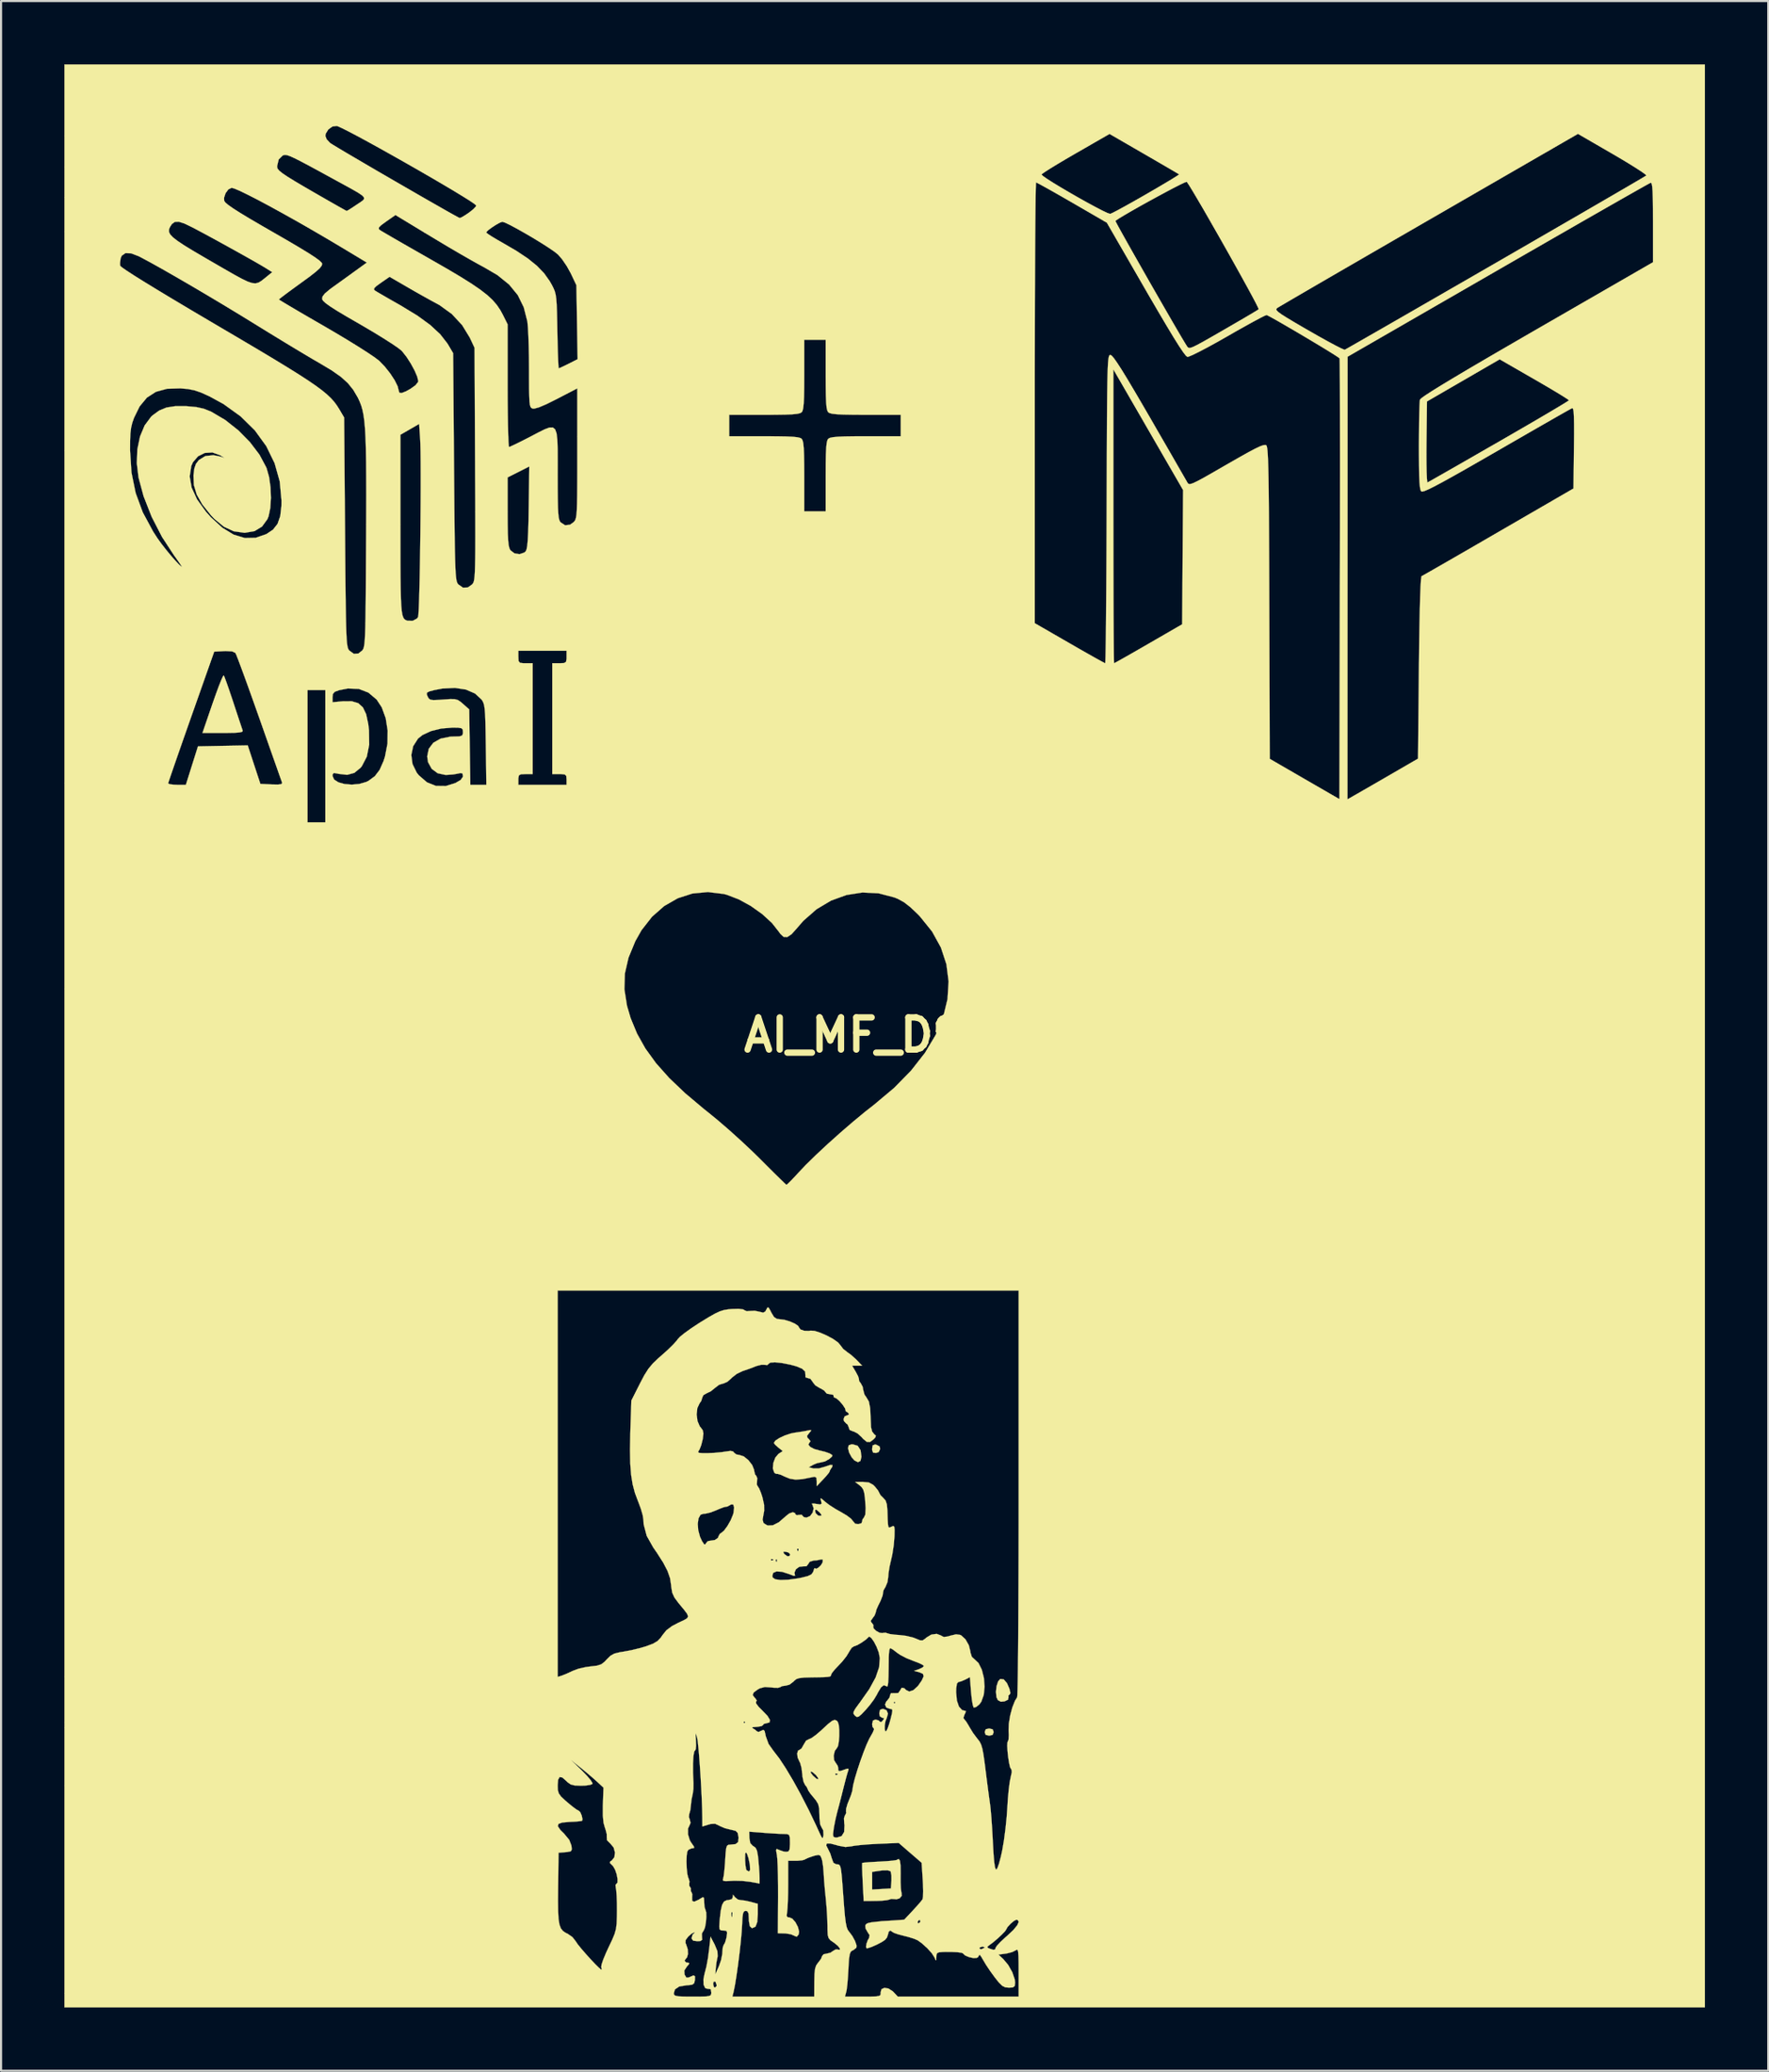
<source format=kicad_pcb>
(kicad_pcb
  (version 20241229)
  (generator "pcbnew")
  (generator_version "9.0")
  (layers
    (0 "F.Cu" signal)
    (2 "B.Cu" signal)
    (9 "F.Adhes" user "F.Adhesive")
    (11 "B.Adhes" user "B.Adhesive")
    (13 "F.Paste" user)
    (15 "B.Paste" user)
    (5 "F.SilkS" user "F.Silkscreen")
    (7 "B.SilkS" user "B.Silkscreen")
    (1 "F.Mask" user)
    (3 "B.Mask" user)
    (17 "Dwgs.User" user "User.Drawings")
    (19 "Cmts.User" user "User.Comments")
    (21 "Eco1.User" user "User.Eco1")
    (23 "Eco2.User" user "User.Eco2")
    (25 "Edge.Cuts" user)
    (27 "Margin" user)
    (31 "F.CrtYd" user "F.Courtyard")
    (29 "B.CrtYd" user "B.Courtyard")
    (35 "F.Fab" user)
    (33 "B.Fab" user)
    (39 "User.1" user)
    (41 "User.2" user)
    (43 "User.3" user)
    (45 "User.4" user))
  (footprint "AI_MF_D950"
    (layer "F.Cu")
    (at 38.867 45.979)
    (property "Reference" "AI_MF_D950" (at 0 0 0) (layer "F.SilkS") (effects (font (size 1.524 1.524) (thickness 0.3))))
    (attr through_hole)
    (fp_poly (pts (xy 5.119 32.89) (xy 5.165 33.02) (xy 5.115 33.153) (xy 4.953 33.189) (xy 4.787 33.15) (xy 4.741 33.02) (xy 4.791 32.887) (xy 4.953 32.851) (xy 5.119 32.89)) (stroke (width 0.01) (type solid)) (fill yes) (layer "F.SilkS"))
    (fp_poly (pts (xy -0.402 19.404) (xy -0.243 19.488) (xy -0.212 19.6) (xy -0.281 19.752) (xy -0.402 19.797) (xy -0.543 19.786) (xy -0.59 19.668) (xy -0.593 19.6) (xy -0.567 19.439) (xy -0.46 19.398) (xy -0.402 19.404)) (stroke (width 0.01) (type solid)) (fill yes) (layer "F.SilkS"))
    (fp_poly (pts (xy -1.278 19.459) (xy -1.141 19.669) (xy -1.101 19.976) (xy -1.146 20.174) (xy -1.264 20.234) (xy -1.428 20.153) (xy -1.561 20.006) (xy -1.68 19.786) (xy -1.733 19.585) (xy -1.707 19.44) (xy -1.579 19.391) (xy -1.509 19.389) (xy -1.278 19.459)) (stroke (width 0.01) (type solid)) (fill yes) (layer "F.SilkS"))
    (fp_poly (pts (xy 5.641 30.524) (xy 5.795 30.7) (xy 5.911 30.967) (xy 5.959 31.169) (xy 5.922 31.241) (xy 5.913 31.242) (xy 5.859 31.303) (xy 5.87 31.362) (xy 5.845 31.485) (xy 5.684 31.563) (xy 5.506 31.581) (xy 5.363 31.504) (xy 5.298 31.364) (xy 5.274 31.111) (xy 5.304 30.843) (xy 5.377 30.619) (xy 5.478 30.504) (xy 5.641 30.524)) (stroke (width 0.01) (type solid)) (fill yes) (layer "F.SilkS"))
    (fp_poly (pts (xy -31.272 -16.937) (xy -31.187 -16.708) (xy -31.071 -16.377) (xy -30.934 -15.973) (xy -30.859 -15.748) (xy -30.716 -15.314) (xy -30.59 -14.933) (xy -30.491 -14.635) (xy -30.43 -14.453) (xy -30.416 -14.415) (xy -30.439 -14.367) (xy -30.565 -14.335) (xy -30.812 -14.316) (xy -31.202 -14.309) (xy -31.35 -14.309) (xy -32.323 -14.309) (xy -31.846 -15.701) (xy -31.688 -16.148) (xy -31.547 -16.53) (xy -31.431 -16.82) (xy -31.35 -16.995) (xy -31.316 -17.034) (xy -31.272 -16.937)) (stroke (width 0.01) (type solid)) (fill yes) (layer "F.SilkS"))
    (fp_poly (pts (xy 0.724 39.114) (xy 0.753 39.339) (xy 0.757 39.719) (xy 0.756 39.783) (xy 0.755 40.131) (xy 0.767 40.418) (xy 0.789 40.6) (xy 0.8 40.633) (xy 0.809 40.775) (xy 0.707 40.896) (xy 0.549 40.942) (xy 0.497 40.933) (xy 0.313 40.922) (xy 0.234 40.95) (xy 0.098 40.984) (xy -0.151 41.009) (xy -0.433 41.019) (xy -0.993 41.021) (xy -1.039 40.132) (xy -1.056 39.764) (xy -1.06 39.643) (xy -0.593 39.643) (xy -0.593 40.48) (xy 0.296 40.428) (xy 0.323 40.057) (xy 0.322 39.812) (xy 0.289 39.639) (xy 0.27 39.606) (xy 0.142 39.569) (xy -0.088 39.571) (xy -0.201 39.585) (xy -0.593 39.643) (xy -1.06 39.643) (xy -1.066 39.466) (xy -1.067 39.273) (xy -1.062 39.219) (xy -0.973 39.205) (xy -0.753 39.186) (xy -0.442 39.167) (xy -0.253 39.157) (xy 0.095 39.136) (xy 0.374 39.112) (xy 0.544 39.087) (xy 0.577 39.075) (xy 0.666 39.03) (xy 0.724 39.114)) (stroke (width 0.01) (type solid)) (fill yes) (layer "F.SilkS"))
    (fp_poly (pts (xy -3.492 18.752) (xy -3.579 18.856) (xy -3.678 18.99) (xy -3.658 19.079) (xy -3.596 19.136) (xy -3.514 19.241) (xy -3.566 19.31) (xy -3.614 19.403) (xy -3.526 19.511) (xy -3.33 19.613) (xy -3.09 19.68) (xy -2.829 19.743) (xy -2.616 19.818) (xy -2.589 19.831) (xy -2.481 19.901) (xy -2.494 19.969) (xy -2.618 20.078) (xy -2.822 20.196) (xy -2.994 20.238) (xy -3.205 20.282) (xy -3.387 20.358) (xy -3.598 20.476) (xy -3.377 20.531) (xy -3.125 20.533) (xy -2.835 20.452) (xy -2.587 20.367) (xy -2.47 20.372) (xy -2.489 20.466) (xy -2.527 20.516) (xy -2.599 20.631) (xy -2.603 20.666) (xy -2.645 20.741) (xy -2.774 20.897) (xy -2.9 21.035) (xy -3.217 21.368) (xy -3.217 21.131) (xy -3.235 20.965) (xy -3.324 20.925) (xy -3.45 20.948) (xy -3.888 21.036) (xy -4.217 21.06) (xy -4.485 21.019) (xy -4.716 20.926) (xy -4.929 20.829) (xy -5.072 20.787) (xy -5.1 20.791) (xy -5.179 20.772) (xy -5.235 20.719) (xy -5.297 20.529) (xy -5.274 20.273) (xy -5.181 20.022) (xy -5.034 19.844) (xy -5.026 19.839) (xy -4.827 19.709) (xy -5.038 19.542) (xy -5.185 19.411) (xy -5.249 19.321) (xy -5.249 19.319) (xy -5.174 19.212) (xy -4.982 19.087) (xy -4.722 18.966) (xy -4.44 18.874) (xy -4.276 18.841) (xy -3.98 18.797) (xy -3.722 18.752) (xy -3.641 18.735) (xy -3.495 18.708) (xy -3.492 18.752)) (stroke (width 0.01) (type solid)) (fill yes) (layer "F.SilkS"))
    (fp_poly (pts (xy 38.862 46.059) (xy -38.862 46.059) (xy -38.862 45.392) (xy -9.991 45.392) (xy -9.977 45.463) (xy -9.916 45.509) (xy -9.779 45.535) (xy -9.535 45.548) (xy -9.154 45.551) (xy -9.102 45.551) (xy -8.706 45.549) (xy -8.45 45.541) (xy -8.302 45.518) (xy -8.234 45.475) (xy -8.214 45.403) (xy -8.213 45.347) (xy -8.242 45.199) (xy -8.353 45.18) (xy -8.371 45.185) (xy -8.501 45.15) (xy -8.576 44.99) (xy -8.578 44.953) (xy -8.128 44.953) (xy -8.093 45.093) (xy -8.043 45.127) (xy -7.967 45.059) (xy -7.959 45.005) (xy -8.01 44.861) (xy -8.043 44.831) (xy -8.11 44.857) (xy -8.128 44.953) (xy -8.578 44.953) (xy -8.587 44.743) (xy -8.541 44.501) (xy -8.443 44.12) (xy -8.368 43.71) (xy -8.306 43.222) (xy -8.25 42.714) (xy -8.055 43.084) (xy -7.925 43.4) (xy -7.913 43.646) (xy -7.92 43.677) (xy -7.969 43.923) (xy -8.001 44.196) (xy -8.023 44.492) (xy -7.855 44.12) (xy -7.751 43.824) (xy -7.693 43.527) (xy -7.688 43.443) (xy -7.671 43.23) (xy -7.628 43.103) (xy -7.619 43.095) (xy -7.561 42.991) (xy -7.502 42.788) (xy -7.491 42.735) (xy -7.462 42.529) (xy -7.494 42.439) (xy -7.611 42.418) (xy -7.645 42.418) (xy -7.76 42.41) (xy -7.82 42.361) (xy -7.835 42.231) (xy -7.82 41.983) (xy -7.812 41.889) (xy -7.785 41.656) (xy -7.268 41.656) (xy -7.255 41.776) (xy -7.225 41.762) (xy -7.214 41.588) (xy -7.225 41.55) (xy -7.256 41.54) (xy -7.268 41.656) (xy -7.785 41.656) (xy -7.764 41.474) (xy -7.701 41.202) (xy -7.611 41.048) (xy -7.483 40.984) (xy -7.41 40.979) (xy -7.237 40.934) (xy -7.194 40.831) (xy -7.184 40.727) (xy -7.14 40.773) (xy -7.105 40.831) (xy -6.957 40.951) (xy -6.833 40.979) (xy -6.627 41.002) (xy -6.366 41.058) (xy -6.329 41.068) (xy -6.011 41.156) (xy -6.011 41.65) (xy -6.037 42.017) (xy -6.113 42.223) (xy -6.135 42.246) (xy -6.286 42.311) (xy -6.386 42.218) (xy -6.432 41.97) (xy -6.435 41.863) (xy -6.448 41.623) (xy -6.499 41.511) (xy -6.583 41.487) (xy -6.662 41.512) (xy -6.71 41.608) (xy -6.738 41.81) (xy -6.752 42.101) (xy -6.775 42.478) (xy -6.819 42.957) (xy -6.878 43.492) (xy -6.947 44.04) (xy -7.02 44.555) (xy -7.091 44.994) (xy -7.155 45.312) (xy -7.159 45.329) (xy -7.215 45.551) (xy -3.336 45.551) (xy -3.332 44.841) (xy -3.323 44.475) (xy -3.297 44.233) (xy -3.244 44.072) (xy -3.156 43.947) (xy -3.145 43.936) (xy -3.016 43.765) (xy -2.963 43.63) (xy -2.891 43.545) (xy -2.762 43.519) (xy -2.562 43.47) (xy -2.46 43.397) (xy -2.318 43.315) (xy -2.237 43.321) (xy -2.125 43.336) (xy -2.123 43.268) (xy -2.213 43.15) (xy -2.38 43.012) (xy -2.412 42.99) (xy -2.567 42.883) (xy -2.655 42.778) (xy -2.696 42.627) (xy -2.708 42.38) (xy -2.709 42.206) (xy -2.72 41.82) (xy -2.748 41.361) (xy -2.787 40.924) (xy -2.79 40.894) (xy -2.831 40.488) (xy -2.866 40.079) (xy -2.887 39.746) (xy -2.889 39.709) (xy -2.914 39.4) (xy -2.955 39.128) (xy -2.983 39.02) (xy -3.042 38.882) (xy -3.127 38.837) (xy -3.297 38.869) (xy -3.386 38.895) (xy -3.609 38.971) (xy -3.758 39.04) (xy -3.776 39.054) (xy -3.893 39.092) (xy -4.111 39.114) (xy -4.205 39.116) (xy -4.572 39.116) (xy -4.572 40.206) (xy -4.576 40.643) (xy -4.587 41.041) (xy -4.603 41.356) (xy -4.622 41.546) (xy -4.623 41.553) (xy -4.643 41.732) (xy -4.588 41.795) (xy -4.523 41.796) (xy -4.375 41.858) (xy -4.227 42.029) (xy -4.109 42.254) (xy -4.054 42.474) (xy -4.076 42.609) (xy -4.166 42.715) (xy -4.276 42.672) (xy -4.282 42.667) (xy -4.443 42.598) (xy -4.684 42.559) (xy -4.732 42.557) (xy -5.059 42.548) (xy -5.048 40.853) (xy -5.049 40.312) (xy -5.055 39.808) (xy -5.067 39.374) (xy -5.084 39.042) (xy -5.104 38.845) (xy -5.106 38.835) (xy -5.143 38.631) (xy -5.126 38.559) (xy -5.041 38.584) (xy -5.006 38.602) (xy -4.787 38.678) (xy -4.662 38.693) (xy -4.558 38.672) (xy -4.505 38.582) (xy -4.489 38.389) (xy -2.768 38.389) (xy -2.69 38.543) (xy -2.578 38.77) (xy -2.502 39.011) (xy -2.427 39.211) (xy -2.3 39.283) (xy -2.254 39.285) (xy -2.186 39.291) (xy -2.135 39.325) (xy -2.095 39.41) (xy -2.063 39.568) (xy -2.034 39.824) (xy -2.003 40.199) (xy -1.965 40.718) (xy -1.96 40.787) (xy -1.918 41.347) (xy -1.88 41.763) (xy -1.841 42.059) (xy -1.799 42.26) (xy -1.749 42.389) (xy -1.699 42.459) (xy -1.532 42.68) (xy -1.402 42.92) (xy -1.332 43.125) (xy -1.34 43.234) (xy -1.464 43.336) (xy -1.539 43.372) (xy -1.608 43.426) (xy -1.656 43.549) (xy -1.689 43.772) (xy -1.712 44.124) (xy -1.718 44.255) (xy -1.741 44.64) (xy -1.77 44.985) (xy -1.802 45.239) (xy -1.819 45.318) (xy -1.882 45.551) (xy -1.027 45.551) (xy -0.64 45.549) (xy -0.393 45.54) (xy -0.255 45.516) (xy -0.197 45.471) (xy -0.188 45.397) (xy -0.191 45.36) (xy -0.15 45.201) (xy -0.011 45.136) (xy 0.182 45.169) (xy 0.386 45.301) (xy 0.42 45.335) (xy 0.622 45.551) (xy 6.35 45.551) (xy 6.35 44.397) (xy 6.348 43.937) (xy 6.341 43.623) (xy 6.326 43.432) (xy 6.3 43.341) (xy 6.259 43.327) (xy 6.216 43.355) (xy 6.047 43.439) (xy 5.799 43.504) (xy 5.737 43.514) (xy 5.392 43.561) (xy 5.621 43.773) (xy 5.855 44.053) (xy 6.047 44.395) (xy 6.162 44.731) (xy 6.181 44.889) (xy 6.162 45.05) (xy 6.073 45.116) (xy 5.887 45.127) (xy 5.716 45.11) (xy 5.572 45.039) (xy 5.413 44.883) (xy 5.231 44.656) (xy 5.011 44.354) (xy 4.804 44.045) (xy 4.678 43.834) (xy 4.569 43.649) (xy 4.5 43.566) (xy 4.487 43.576) (xy 4.42 43.685) (xy 4.363 43.718) (xy 4.207 43.726) (xy 4.004 43.681) (xy 3.821 43.606) (xy 3.728 43.523) (xy 3.725 43.51) (xy 3.648 43.474) (xy 3.442 43.447) (xy 3.15 43.434) (xy 3.09 43.434) (xy 2.767 43.436) (xy 2.578 43.451) (xy 2.486 43.493) (xy 2.455 43.574) (xy 2.45 43.667) (xy 2.443 43.826) (xy 2.417 43.824) (xy 2.365 43.7) (xy 2.237 43.499) (xy 2.025 43.262) (xy 4.487 43.262) (xy 4.549 43.309) (xy 4.614 43.295) (xy 4.726 43.235) (xy 4.741 43.213) (xy 4.672 43.184) (xy 4.614 43.18) (xy 4.502 43.224) (xy 4.487 43.262) (xy 2.025 43.262) (xy 2.019 43.256) (xy 1.933 43.178) (xy 4.874 43.178) (xy 4.876 43.234) (xy 4.964 43.275) (xy 5.155 43.336) (xy 5.238 43.313) (xy 5.255 43.243) (xy 5.318 43.143) (xy 5.481 42.968) (xy 5.714 42.75) (xy 5.804 42.672) (xy 6.097 42.397) (xy 6.284 42.169) (xy 6.355 42.005) (xy 6.302 41.919) (xy 6.238 41.91) (xy 6.123 41.967) (xy 5.965 42.101) (xy 5.823 42.255) (xy 5.758 42.371) (xy 5.757 42.376) (xy 5.699 42.461) (xy 5.551 42.614) (xy 5.356 42.796) (xy 5.156 42.967) (xy 5.006 43.08) (xy 4.874 43.178) (xy 1.933 43.178) (xy 1.763 43.025) (xy 1.566 42.884) (xy 1.392 42.809) (xy 1.121 42.724) (xy 0.906 42.67) (xy 0.637 42.599) (xy 0.441 42.53) (xy 0.372 42.488) (xy 0.269 42.418) (xy 0.186 42.485) (xy 0.169 42.574) (xy 0.109 42.753) (xy 0.021 42.862) (xy -0.138 42.968) (xy -0.373 43.09) (xy -0.619 43.198) (xy -0.808 43.259) (xy -0.849 43.265) (xy -0.883 43.199) (xy -0.86 43.046) (xy -0.796 42.871) (xy -0.738 42.776) (xy -0.714 42.638) (xy -0.8 42.507) (xy -0.902 42.327) (xy -0.917 42.191) (xy -0.882 42.121) (xy -0.791 42.069) (xy -0.614 42.031) (xy -0.321 41.999) (xy -0.266 41.995) (xy 1.566 41.995) (xy 1.573 42.073) (xy 1.604 42.079) (xy 1.69 42.018) (xy 1.693 41.995) (xy 1.664 41.912) (xy 1.656 41.91) (xy 1.584 41.969) (xy 1.566 41.995) (xy -0.266 41.995) (xy 0.02 41.972) (xy 0.927 41.908) (xy 1.331 41.477) (xy 1.543 41.245) (xy 1.711 41.051) (xy 1.798 40.938) (xy 1.819 40.811) (xy 1.826 40.558) (xy 1.817 40.223) (xy 1.806 40.021) (xy 1.753 39.211) (xy 1.21 38.742) (xy 0.667 38.272) (xy -0.324 38.313) (xy -0.746 38.337) (xy -1.13 38.368) (xy -1.43 38.403) (xy -1.586 38.432) (xy -1.857 38.463) (xy -2.188 38.402) (xy -2.281 38.374) (xy -2.582 38.295) (xy -2.741 38.298) (xy -2.768 38.389) (xy -4.489 38.389) (xy -4.488 38.38) (xy -4.487 38.269) (xy -4.492 38.019) (xy -4.526 37.894) (xy -4.618 37.851) (xy -4.763 37.845) (xy -4.979 37.839) (xy -5.301 37.821) (xy -5.665 37.796) (xy -5.728 37.791) (xy -6.419 37.737) (xy -6.41 38.04) (xy -6.368 38.281) (xy -6.243 38.413) (xy -6.219 38.425) (xy -6.117 38.499) (xy -6.051 38.634) (xy -6.006 38.872) (xy -5.983 39.087) (xy -5.954 39.427) (xy -5.934 39.738) (xy -5.927 39.93) (xy -5.927 40.194) (xy -6.371 40.112) (xy -6.739 40.07) (xy -7.134 40.061) (xy -7.264 40.068) (xy -7.522 40.082) (xy -7.645 40.065) (xy -7.668 40.009) (xy -7.654 39.97) (xy -7.624 39.828) (xy -7.592 39.564) (xy -7.564 39.228) (xy -7.556 39.095) (xy -7.554 39.065) (xy -6.613 39.065) (xy -6.597 39.319) (xy -6.566 39.511) (xy -6.548 39.56) (xy -6.439 39.623) (xy -6.422 39.624) (xy -6.375 39.547) (xy -6.385 39.329) (xy -6.394 39.264) (xy -6.452 38.991) (xy -6.514 38.801) (xy -6.569 38.719) (xy -6.605 38.771) (xy -6.61 38.82) (xy -6.613 39.065) (xy -7.554 39.065) (xy -7.533 38.74) (xy -7.507 38.521) (xy -7.468 38.406) (xy -7.404 38.361) (xy -7.32 38.354) (xy -7.064 38.328) (xy -6.941 38.229) (xy -6.921 38.03) (xy -6.926 37.98) (xy -6.965 37.793) (xy -7.06 37.698) (xy -7.266 37.647) (xy -7.295 37.642) (xy -7.574 37.571) (xy -7.816 37.467) (xy -7.842 37.45) (xy -8.033 37.363) (xy -8.24 37.373) (xy -8.344 37.402) (xy -8.636 37.491) (xy -8.639 37.055) (xy -8.647 36.665) (xy -8.665 36.193) (xy -8.69 35.671) (xy -8.721 35.13) (xy -8.756 34.603) (xy -8.792 34.121) (xy -8.828 33.716) (xy -8.861 33.42) (xy -8.887 33.274) (xy -8.934 33.117) (xy -8.955 33.092) (xy -8.955 33.213) (xy -8.943 33.422) (xy -8.936 33.67) (xy -8.95 33.832) (xy -8.969 33.867) (xy -9.024 33.947) (xy -9.062 34.17) (xy -9.081 34.512) (xy -9.081 34.948) (xy -9.059 35.433) (xy -9.062 35.712) (xy -9.094 35.955) (xy -9.102 35.983) (xy -9.151 36.219) (xy -9.182 36.493) (xy -9.182 36.497) (xy -9.21 36.727) (xy -9.255 36.887) (xy -9.26 36.897) (xy -9.274 37.045) (xy -9.237 37.154) (xy -9.198 37.317) (xy -9.225 37.389) (xy -9.317 37.591) (xy -9.317 37.866) (xy -9.232 38.147) (xy -9.161 38.264) (xy -9.043 38.432) (xy -9.024 38.505) (xy -9.1 38.523) (xy -9.136 38.523) (xy -9.295 38.591) (xy -9.35 38.675) (xy -9.381 38.872) (xy -9.39 39.153) (xy -9.38 39.46) (xy -9.352 39.732) (xy -9.31 39.912) (xy -9.294 39.94) (xy -9.245 40.105) (xy -9.258 40.171) (xy -9.257 40.308) (xy -9.224 40.347) (xy -9.176 40.445) (xy -9.186 40.471) (xy -9.175 40.575) (xy -9.157 40.59) (xy -9.115 40.698) (xy -9.123 40.85) (xy -9.12 41.018) (xy -9.02 41.055) (xy -8.815 40.962) (xy -8.76 40.927) (xy -8.62 40.844) (xy -8.563 40.869) (xy -8.551 41.029) (xy -8.551 41.082) (xy -8.536 41.295) (xy -8.498 41.426) (xy -8.493 41.432) (xy -8.455 41.56) (xy -8.45 41.785) (xy -8.472 42.047) (xy -8.515 42.28) (xy -8.574 42.423) (xy -8.589 42.437) (xy -8.66 42.562) (xy -8.657 42.712) (xy -8.648 42.861) (xy -8.73 42.918) (xy -8.88 42.926) (xy -9.072 42.901) (xy -9.141 42.807) (xy -9.144 42.764) (xy -9.096 42.608) (xy -9.038 42.559) (xy -8.993 42.518) (xy -9.023 42.509) (xy -9.139 42.561) (xy -9.296 42.696) (xy -9.306 42.706) (xy -9.431 42.874) (xy -9.436 43.013) (xy -9.405 43.082) (xy -9.332 43.302) (xy -9.319 43.532) (xy -9.367 43.699) (xy -9.398 43.73) (xy -9.48 43.84) (xy -9.42 43.928) (xy -9.341 43.942) (xy -9.258 43.959) (xy -9.287 44.032) (xy -9.374 44.133) (xy -9.494 44.316) (xy -9.482 44.499) (xy -9.475 44.517) (xy -9.395 44.651) (xy -9.279 44.645) (xy -9.236 44.623) (xy -9.058 44.546) (xy -8.987 44.585) (xy -8.989 44.759) (xy -8.99 44.767) (xy -9.025 44.915) (xy -9.117 44.986) (xy -9.316 45.011) (xy -9.38 45.014) (xy -9.732 45.071) (xy -9.935 45.208) (xy -9.991 45.392) (xy -38.862 45.392) (xy -38.862 35.544) (xy -15.494 35.544) (xy -15.486 35.764) (xy -15.442 35.923) (xy -15.335 36.072) (xy -15.135 36.26) (xy -15.034 36.348) (xy -14.797 36.544) (xy -14.605 36.686) (xy -14.497 36.745) (xy -14.493 36.745) (xy -14.422 36.816) (xy -14.355 36.973) (xy -14.319 37.137) (xy -14.333 37.222) (xy -14.428 37.241) (xy -14.645 37.261) (xy -14.93 37.275) (xy -15.274 37.304) (xy -15.457 37.369) (xy -15.484 37.483) (xy -15.363 37.66) (xy -15.192 37.828) (xy -14.945 38.127) (xy -14.843 38.393) (xy -14.823 38.58) (xy -14.872 38.667) (xy -15.033 38.7) (xy -15.124 38.708) (xy -15.452 38.735) (xy -15.473 40.386) (xy -15.478 41.02) (xy -15.472 41.507) (xy -15.452 41.87) (xy -15.411 42.131) (xy -15.345 42.312) (xy -15.25 42.436) (xy -15.122 42.526) (xy -15.016 42.577) (xy -14.794 42.731) (xy -14.636 42.933) (xy -14.547 43.066) (xy -14.38 43.273) (xy -14.165 43.522) (xy -13.933 43.779) (xy -13.713 44.013) (xy -13.534 44.189) (xy -13.426 44.277) (xy -13.414 44.281) (xy -13.411 44.217) (xy -13.43 44.158) (xy -13.414 44.036) (xy -13.335 43.799) (xy -13.205 43.487) (xy -13.084 43.224) (xy -12.91 42.858) (xy -12.797 42.587) (xy -12.731 42.352) (xy -12.698 42.096) (xy -12.686 41.763) (xy -12.683 41.505) (xy -12.685 41.11) (xy -12.698 40.763) (xy -12.718 40.508) (xy -12.736 40.407) (xy -12.753 40.26) (xy -12.714 40.217) (xy -12.657 40.148) (xy -12.656 39.975) (xy -12.698 39.752) (xy -12.774 39.532) (xy -12.871 39.367) (xy -12.897 39.341) (xy -13.015 39.224) (xy -13.007 39.154) (xy -12.93 39.104) (xy -12.806 38.95) (xy -12.778 38.723) (xy -12.841 38.488) (xy -12.991 38.308) (xy -12.998 38.302) (xy -13.155 38.143) (xy -13.166 38.018) (xy -13.168 37.849) (xy -13.229 37.616) (xy -13.249 37.566) (xy -13.319 37.319) (xy -13.352 36.981) (xy -13.352 36.516) (xy -13.35 36.455) (xy -13.322 35.652) (xy -13.625 35.371) (xy -13.856 35.166) (xy -14.149 34.917) (xy -14.393 34.717) (xy -14.859 34.343) (xy -14.323 34.864) (xy -14.091 35.106) (xy -13.922 35.31) (xy -13.842 35.444) (xy -13.842 35.473) (xy -13.949 35.52) (xy -14.172 35.552) (xy -14.384 35.56) (xy -14.685 35.548) (xy -14.879 35.498) (xy -15.028 35.392) (xy -15.071 35.348) (xy -15.27 35.172) (xy -15.402 35.149) (xy -15.474 35.282) (xy -15.494 35.544) (xy -38.862 35.544) (xy -38.862 32.816) (xy -6.286 32.816) (xy -6.265 32.828) (xy -6.114 32.926) (xy -6.077 32.969) (xy -5.979 33.017) (xy -5.855 32.962) (xy -5.749 32.915) (xy -5.69 32.966) (xy -5.647 33.146) (xy -5.637 33.206) (xy -5.5 33.584) (xy -5.268 33.91) (xy -4.999 34.258) (xy -4.683 34.738) (xy -4.335 35.322) (xy -3.97 35.985) (xy -3.603 36.699) (xy -3.249 37.438) (xy -3.138 37.683) (xy -3.024 37.931) (xy -2.958 38.04) (xy -2.923 38.026) (xy -2.9 37.905) (xy -2.898 37.893) (xy -2.909 37.674) (xy -2.977 37.554) (xy -3.05 37.404) (xy -3.087 37.109) (xy -3.09 36.95) (xy -3.101 36.643) (xy -3.148 36.434) (xy -3.255 36.254) (xy -3.365 36.121) (xy -3.526 35.925) (xy -3.625 35.776) (xy -3.641 35.732) (xy -3.694 35.616) (xy -3.763 35.534) (xy -3.84 35.38) (xy -3.893 35.131) (xy -3.904 34.999) (xy -3.912 34.935) (xy -3.507 34.935) (xy -3.415 35.063) (xy -3.387 35.094) (xy -3.23 35.232) (xy -3.146 35.258) (xy -3.161 35.181) (xy -3.259 35.053) (xy -3.324 34.996) (xy -2.342 34.996) (xy -2.331 35.046) (xy -2.286 35.052) (xy -2.216 35.021) (xy -2.23 34.996) (xy -2.33 34.985) (xy -2.342 34.996) (xy -3.324 34.996) (xy -3.403 34.926) (xy -3.499 34.883) (xy -3.507 34.935) (xy -3.912 34.935) (xy -3.938 34.718) (xy -4.002 34.485) (xy -4.036 34.419) (xy -4.123 34.224) (xy -4.144 34.029) (xy -4.1 33.894) (xy -4.04 33.867) (xy -3.938 33.795) (xy -3.84 33.623) (xy -3.836 33.613) (xy -3.722 33.426) (xy -3.592 33.359) (xy -3.464 33.303) (xy -3.257 33.155) (xy -3.012 32.945) (xy -2.956 32.893) (xy -2.682 32.639) (xy -2.497 32.493) (xy -2.372 32.442) (xy -2.281 32.472) (xy -2.222 32.533) (xy -2.175 32.675) (xy -2.152 32.918) (xy -2.152 33.205) (xy -2.172 33.48) (xy -2.212 33.687) (xy -2.255 33.765) (xy -2.364 33.914) (xy -2.414 34.135) (xy -2.396 34.349) (xy -2.332 34.456) (xy -2.221 34.623) (xy -2.201 34.724) (xy -2.193 34.842) (xy -2.136 34.873) (xy -1.984 34.828) (xy -1.901 34.796) (xy -1.746 34.748) (xy -1.709 34.785) (xy -1.732 34.86) (xy -1.779 35.01) (xy -1.851 35.274) (xy -1.935 35.601) (xy -1.957 35.687) (xy -2.054 36.074) (xy -2.153 36.46) (xy -2.236 36.766) (xy -2.242 36.788) (xy -2.327 37.136) (xy -2.399 37.502) (xy -2.417 37.613) (xy -2.446 37.855) (xy -2.431 37.973) (xy -2.354 38.012) (xy -2.256 38.015) (xy -2.037 37.946) (xy -1.917 37.748) (xy -1.902 37.432) (xy -1.913 37.351) (xy -1.927 37.107) (xy -1.884 36.971) (xy -1.875 36.965) (xy -1.82 36.849) (xy -1.831 36.791) (xy -1.825 36.65) (xy -1.759 36.422) (xy -1.7 36.275) (xy -1.598 36.019) (xy -1.534 35.81) (xy -1.523 35.74) (xy -1.492 35.535) (xy -1.411 35.215) (xy -1.293 34.822) (xy -1.152 34.397) (xy -1.002 33.981) (xy -0.858 33.616) (xy -0.733 33.344) (xy -0.692 33.271) (xy -0.566 33.048) (xy -0.503 32.896) (xy -0.511 32.851) (xy -0.573 32.778) (xy -0.593 32.639) (xy -0.552 32.472) (xy -0.43 32.427) (xy -0.281 32.47) (xy -0.237 32.521) (xy -0.17 32.549) (xy -0.092 32.479) (xy -0.024 32.373) (xy -0.086 32.343) (xy -0.117 32.343) (xy -0.229 32.271) (xy -0.254 32.131) (xy -0.215 31.965) (xy -0.082 31.919) (xy 0.088 31.985) (xy 0.157 32.146) (xy 0.1 32.349) (xy 0.098 32.353) (xy 0.039 32.504) (xy 0.006 32.693) (xy 0.002 32.868) (xy 0.027 32.977) (xy 0.078 32.973) (xy 0.14 32.852) (xy 0.22 32.622) (xy 0.281 32.406) (xy 0.348 32.136) (xy 0.367 31.99) (xy 0.336 31.931) (xy 0.251 31.919) (xy 0.243 31.919) (xy 0.079 31.857) (xy 0.018 31.716) (xy 0.057 31.623) (xy 0.423 31.623) (xy 0.466 31.665) (xy 0.508 31.623) (xy 0.466 31.581) (xy 0.423 31.623) (xy 0.057 31.623) (xy 0.082 31.564) (xy 0.113 31.538) (xy 0.231 31.385) (xy 0.254 31.286) (xy 0.296 31.18) (xy 0.446 31.174) (xy 0.464 31.178) (xy 0.644 31.17) (xy 0.724 31.061) (xy 0.81 30.92) (xy 0.931 30.944) (xy 1.012 31.025) (xy 1.166 31.1) (xy 1.362 31.034) (xy 1.575 30.84) (xy 1.757 30.58) (xy 1.849 30.378) (xy 1.817 30.261) (xy 1.647 30.187) (xy 1.63 30.182) (xy 1.397 30.12) (xy 1.63 30.039) (xy 1.797 29.96) (xy 1.863 29.888) (xy 1.789 29.827) (xy 1.596 29.737) (xy 1.351 29.645) (xy 1.03 29.516) (xy 0.737 29.363) (xy 0.582 29.257) (xy 0.404 29.119) (xy 0.279 29.045) (xy 0.262 29.041) (xy 0.225 29.117) (xy 0.201 29.313) (xy 0.194 29.485) (xy 0.188 30.015) (xy 0.181 30.397) (xy 0.169 30.651) (xy 0.151 30.798) (xy 0.125 30.86) (xy 0.09 30.856) (xy 0.073 30.841) (xy -0.04 30.798) (xy -0.167 30.896) (xy -0.319 31.145) (xy -0.369 31.247) (xy -0.503 31.47) (xy -0.708 31.745) (xy -0.892 31.96) (xy -1.099 32.178) (xy -1.23 32.287) (xy -1.319 32.304) (xy -1.401 32.248) (xy -1.409 32.24) (xy -1.471 32.158) (xy -1.471 32.065) (xy -1.396 31.922) (xy -1.233 31.696) (xy -1.167 31.609) (xy -0.726 30.982) (xy -0.426 30.432) (xy -0.261 29.947) (xy -0.229 29.515) (xy -0.279 29.249) (xy -0.38 28.983) (xy -0.503 28.745) (xy -0.625 28.57) (xy -0.721 28.496) (xy -0.754 28.511) (xy -0.879 28.631) (xy -1.078 28.772) (xy -1.285 28.894) (xy -1.438 28.955) (xy -1.453 28.956) (xy -1.561 29.026) (xy -1.674 29.198) (xy -1.686 29.223) (xy -1.813 29.432) (xy -2.014 29.685) (xy -2.172 29.853) (xy -2.367 30.059) (xy -2.5 30.226) (xy -2.54 30.306) (xy -2.547 30.354) (xy -2.588 30.386) (xy -2.692 30.406) (xy -2.889 30.418) (xy -3.209 30.425) (xy -3.458 30.428) (xy -3.814 30.438) (xy -4.044 30.463) (xy -4.188 30.511) (xy -4.289 30.594) (xy -4.318 30.628) (xy -4.509 30.773) (xy -4.686 30.819) (xy -4.865 30.844) (xy -4.945 30.89) (xy -5.048 30.922) (xy -5.257 30.918) (xy -5.373 30.904) (xy -5.676 30.884) (xy -5.91 30.945) (xy -6.011 31) (xy -6.207 31.145) (xy -6.253 31.266) (xy -6.158 31.395) (xy -6.134 31.415) (xy -6.057 31.527) (xy -6.095 31.58) (xy -6.091 31.665) (xy -5.966 31.829) (xy -5.803 31.992) (xy -5.552 32.253) (xy -5.435 32.446) (xy -5.456 32.563) (xy -5.588 32.597) (xy -5.726 32.632) (xy -5.757 32.681) (xy -5.832 32.737) (xy -6.018 32.77) (xy -6.075 32.773) (xy -6.244 32.787) (xy -6.286 32.816) (xy -38.862 32.816) (xy -38.862 32.554) (xy -6.689 32.554) (xy -6.646 32.597) (xy -6.604 32.554) (xy -6.646 32.512) (xy -6.689 32.554) (xy -38.862 32.554) (xy -38.862 12.107) (xy -15.494 12.107) (xy -15.494 30.407) (xy -15.303 30.348) (xy -15.107 30.272) (xy -14.852 30.156) (xy -14.78 30.121) (xy -14.505 30.019) (xy -14.155 29.94) (xy -13.934 29.911) (xy -13.629 29.874) (xy -13.429 29.81) (xy -13.27 29.689) (xy -13.166 29.577) (xy -12.993 29.406) (xy -12.809 29.303) (xy -12.548 29.238) (xy -12.38 29.212) (xy -11.998 29.141) (xy -11.57 29.036) (xy -11.296 28.954) (xy -10.974 28.833) (xy -10.763 28.709) (xy -10.607 28.545) (xy -10.531 28.433) (xy -10.339 28.194) (xy -10.069 27.995) (xy -9.771 27.839) (xy -9.517 27.722) (xy -9.364 27.634) (xy -9.312 27.543) (xy -9.361 27.414) (xy -9.511 27.215) (xy -9.761 26.914) (xy -9.764 26.911) (xy -9.961 26.645) (xy -10.066 26.412) (xy -10.111 26.132) (xy -10.117 26.055) (xy -10.167 25.73) (xy -10.202 25.63) (xy -5.322 25.63) (xy -5.302 25.7) (xy -5.185 25.781) (xy -4.934 25.816) (xy -4.577 25.804) (xy -4.142 25.745) (xy -3.939 25.706) (xy -3.646 25.633) (xy -3.478 25.555) (xy -3.395 25.448) (xy -3.376 25.394) (xy -3.331 25.265) (xy -3.31 25.255) (xy -3.253 25.29) (xy -3.14 25.232) (xy -3.019 25.116) (xy -2.94 24.982) (xy -2.938 24.973) (xy -2.928 24.844) (xy -3.014 24.841) (xy -3.019 24.843) (xy -3.203 24.882) (xy -3.359 24.892) (xy -3.551 24.95) (xy -3.613 25.048) (xy -3.704 25.165) (xy -3.845 25.168) (xy -4.045 25.191) (xy -4.205 25.306) (xy -4.273 25.466) (xy -4.261 25.535) (xy -4.246 25.611) (xy -4.31 25.616) (xy -4.486 25.55) (xy -4.529 25.533) (xy -4.866 25.426) (xy -5.125 25.41) (xy -5.284 25.479) (xy -5.322 25.63) (xy -10.202 25.63) (xy -10.289 25.383) (xy -10.495 24.987) (xy -10.592 24.836) (xy -5.39 24.836) (xy -5.379 24.886) (xy -5.334 24.892) (xy -5.165 24.892) (xy -5.134 24.962) (xy -5.108 24.948) (xy -5.098 24.848) (xy -5.108 24.836) (xy -5.159 24.847) (xy -5.165 24.892) (xy -5.334 24.892) (xy -5.264 24.861) (xy -5.278 24.836) (xy -5.378 24.825) (xy -5.39 24.836) (xy -10.592 24.836) (xy -10.8 24.51) (xy -10.825 24.475) (xy -4.8 24.475) (xy -4.787 24.539) (xy -4.746 24.59) (xy -4.612 24.691) (xy -4.505 24.678) (xy -4.478 24.594) (xy -4.552 24.518) (xy -4.67 24.482) (xy -4.8 24.475) (xy -10.825 24.475) (xy -10.888 24.384) (xy -4.149 24.384) (xy -4.118 24.454) (xy -4.092 24.44) (xy -4.082 24.34) (xy -4.092 24.328) (xy -4.143 24.339) (xy -4.149 24.384) (xy -10.888 24.384) (xy -10.966 24.272) (xy -11.273 23.727) (xy -11.417 23.18) (xy -11.419 23.152) (xy -8.857 23.152) (xy -8.833 23.459) (xy -8.747 23.777) (xy -8.647 23.988) (xy -8.546 24.132) (xy -8.491 24.126) (xy -8.482 24.094) (xy -8.387 23.982) (xy -8.298 23.961) (xy -8.05 23.923) (xy -7.899 23.823) (xy -7.874 23.749) (xy -7.806 23.626) (xy -7.751 23.593) (xy -7.611 23.477) (xy -7.448 23.256) (xy -7.294 22.984) (xy -7.183 22.714) (xy -7.159 22.627) (xy -7.132 22.378) (xy -7.175 22.24) (xy -7.278 22.236) (xy -7.322 22.266) (xy -7.457 22.338) (xy -7.505 22.342) (xy -7.618 22.366) (xy -7.826 22.445) (xy -7.982 22.513) (xy -8.25 22.617) (xy -8.482 22.672) (xy -8.57 22.674) (xy -8.723 22.723) (xy -8.819 22.895) (xy -8.857 23.152) (xy -11.419 23.152) (xy -11.43 22.961) (xy -11.463 22.747) (xy -11.551 22.441) (xy -11.675 22.107) (xy -11.69 22.072) (xy -11.834 21.686) (xy -11.941 21.28) (xy -12.013 20.825) (xy -12.054 20.292) (xy -12.065 19.654) (xy -12.052 18.88) (xy -12.048 18.754) (xy -12.001 17.314) (xy -11.595 16.51) (xy -11.384 16.11) (xy -11.195 15.812) (xy -10.985 15.56) (xy -10.714 15.3) (xy -10.553 15.161) (xy -10.267 14.905) (xy -10.024 14.667) (xy -9.857 14.482) (xy -9.81 14.415) (xy -9.7 14.296) (xy -9.475 14.114) (xy -9.167 13.893) (xy -8.806 13.655) (xy -8.746 13.617) (xy -8.344 13.37) (xy -8.045 13.2) (xy -7.812 13.091) (xy -7.608 13.027) (xy -7.395 12.993) (xy -7.249 12.98) (xy -6.913 12.971) (xy -6.704 12.998) (xy -6.65 13.032) (xy -6.535 13.084) (xy -6.389 13.073) (xy -6.157 13.063) (xy -5.938 13.107) (xy -5.756 13.151) (xy -5.657 13.099) (xy -5.608 13.01) (xy -5.55 12.906) (xy -5.497 12.915) (xy -5.416 13.053) (xy -5.371 13.145) (xy -5.243 13.358) (xy -5.102 13.449) (xy -4.981 13.462) (xy -4.744 13.493) (xy -4.482 13.571) (xy -4.249 13.675) (xy -4.096 13.782) (xy -4.064 13.842) (xy -3.99 13.947) (xy -3.81 14.011) (xy -3.584 14.017) (xy -3.508 14.003) (xy -3.319 14.016) (xy -3.044 14.104) (xy -2.734 14.24) (xy -2.438 14.401) (xy -2.21 14.562) (xy -2.104 14.685) (xy -1.967 14.867) (xy -1.792 15.007) (xy -1.583 15.159) (xy -1.357 15.362) (xy -1.318 15.402) (xy -1.069 15.663) (xy -1.541 15.663) (xy -1.36 15.97) (xy -1.257 16.168) (xy -1.216 16.299) (xy -1.22 16.319) (xy -1.203 16.403) (xy -1.139 16.484) (xy -1.041 16.664) (xy -1.016 16.812) (xy -0.957 17.031) (xy -0.858 17.176) (xy -0.748 17.363) (xy -0.689 17.668) (xy -0.678 17.832) (xy -0.664 18.153) (xy -0.651 18.442) (xy -0.646 18.575) (xy -0.594 18.782) (xy -0.5 18.905) (xy -0.414 18.982) (xy -0.449 19.071) (xy -0.521 19.147) (xy -0.691 19.277) (xy -0.844 19.274) (xy -1.02 19.13) (xy -1.095 19.045) (xy -1.282 18.874) (xy -1.469 18.779) (xy -1.503 18.773) (xy -1.662 18.705) (xy -1.693 18.606) (xy -1.755 18.451) (xy -1.82 18.403) (xy -1.927 18.288) (xy -1.947 18.194) (xy -1.892 18.062) (xy -1.82 18.034) (xy -1.708 17.988) (xy -1.693 17.949) (xy -1.758 17.867) (xy -1.778 17.865) (xy -1.845 17.818) (xy -1.843 17.801) (xy -1.877 17.684) (xy -1.992 17.51) (xy -2.144 17.335) (xy -2.286 17.212) (xy -2.349 17.187) (xy -2.424 17.142) (xy -2.413 17.103) (xy -2.443 17.04) (xy -2.577 17.018) (xy -2.739 16.988) (xy -2.794 16.929) (xy -2.865 16.841) (xy -3.038 16.739) (xy -3.08 16.721) (xy -3.283 16.596) (xy -3.404 16.448) (xy -3.41 16.429) (xy -3.52 16.284) (xy -3.625 16.256) (xy -3.751 16.214) (xy -3.754 16.102) (xy -3.766 15.942) (xy -3.907 15.808) (xy -4.191 15.691) (xy -4.462 15.617) (xy -4.868 15.536) (xy -5.195 15.502) (xy -5.415 15.516) (xy -5.503 15.578) (xy -5.503 15.584) (xy -5.569 15.637) (xy -5.664 15.624) (xy -5.847 15.621) (xy -6.082 15.682) (xy -6.108 15.693) (xy -6.386 15.801) (xy -6.694 15.907) (xy -6.731 15.919) (xy -7.005 16.05) (xy -7.242 16.234) (xy -7.272 16.268) (xy -7.455 16.429) (xy -7.637 16.508) (xy -7.66 16.51) (xy -7.845 16.569) (xy -8.034 16.712) (xy -8.037 16.715) (xy -8.236 16.876) (xy -8.432 16.97) (xy -8.588 17.059) (xy -8.636 17.161) (xy -8.69 17.333) (xy -8.77 17.449) (xy -8.876 17.672) (xy -8.908 17.976) (xy -8.868 18.288) (xy -8.759 18.539) (xy -8.727 18.577) (xy -8.621 18.718) (xy -8.588 18.874) (xy -8.616 19.113) (xy -8.625 19.161) (xy -8.691 19.426) (xy -8.772 19.632) (xy -8.805 19.684) (xy -8.844 19.755) (xy -8.791 19.793) (xy -8.619 19.808) (xy -8.414 19.808) (xy -8.061 19.793) (xy -7.71 19.759) (xy -7.55 19.734) (xy -7.304 19.701) (xy -7.178 19.727) (xy -7.139 19.78) (xy -7.03 19.867) (xy -6.87 19.897) (xy -6.667 19.967) (xy -6.453 20.143) (xy -6.276 20.372) (xy -6.185 20.601) (xy -6.181 20.649) (xy -6.14 20.815) (xy -6.089 20.875) (xy -6.037 20.99) (xy -6.047 21.128) (xy -6.055 21.299) (xy -6.013 21.377) (xy -5.945 21.482) (xy -5.857 21.697) (xy -5.792 21.899) (xy -5.712 22.255) (xy -5.709 22.54) (xy -5.738 22.69) (xy -5.784 22.958) (xy -5.739 23.118) (xy -5.587 23.214) (xy -5.528 23.234) (xy -5.296 23.224) (xy -5.013 23.08) (xy -4.71 22.818) (xy -4.689 22.797) (xy -4.518 22.663) (xy -4.354 22.607) (xy -4.249 22.642) (xy -4.233 22.696) (xy -4.167 22.748) (xy -4.064 22.733) (xy -3.928 22.725) (xy -3.895 22.77) (xy -3.823 22.84) (xy -3.702 22.86) (xy -3.534 22.789) (xy -3.41 22.622) (xy -3.382 22.502) (xy -3.298 22.502) (xy -3.273 22.645) (xy -3.155 22.759) (xy -3.08 22.775) (xy -2.989 22.762) (xy -3.013 22.696) (xy -3.091 22.605) (xy -3.231 22.487) (xy -3.298 22.502) (xy -3.382 22.502) (xy -3.362 22.423) (xy -3.418 22.263) (xy -3.448 22.2) (xy -3.35 22.194) (xy -3.233 22.213) (xy -3.047 22.238) (xy -2.986 22.199) (xy -3.01 22.076) (xy -3.039 21.961) (xy -3.007 21.952) (xy -2.887 22.052) (xy -2.825 22.108) (xy -2.621 22.264) (xy -2.331 22.45) (xy -2.061 22.602) (xy -1.793 22.761) (xy -1.592 22.914) (xy -1.5 23.028) (xy -1.5 23.029) (xy -1.391 23.152) (xy -1.249 23.169) (xy -1.104 23.129) (xy -1.073 23.064) (xy -1.047 22.939) (xy -0.992 22.875) (xy -0.916 22.718) (xy -0.9 22.417) (xy -0.904 22.333) (xy -0.932 21.945) (xy -0.967 21.688) (xy -1.019 21.521) (xy -1.1 21.407) (xy -1.191 21.328) (xy -1.397 21.17) (xy -1.033 21.169) (xy -0.752 21.196) (xy -0.551 21.304) (xy -0.462 21.391) (xy -0.324 21.56) (xy -0.256 21.683) (xy -0.254 21.695) (xy -0.194 21.801) (xy -0.068 21.925) (xy 0.044 22.052) (xy 0.105 22.236) (xy 0.131 22.53) (xy 0.132 22.574) (xy 0.143 22.947) (xy 0.157 23.18) (xy 0.179 23.3) (xy 0.219 23.334) (xy 0.284 23.312) (xy 0.327 23.29) (xy 0.41 23.257) (xy 0.455 23.294) (xy 0.471 23.43) (xy 0.467 23.698) (xy 0.464 23.773) (xy 0.43 24.173) (xy 0.364 24.599) (xy 0.308 24.85) (xy 0.233 25.178) (xy 0.183 25.491) (xy 0.171 25.656) (xy 0.133 25.917) (xy 0.044 26.133) (xy 0.041 26.139) (xy -0.051 26.299) (xy -0.073 26.39) (xy -0.096 26.55) (xy -0.197 26.81) (xy -0.303 27.022) (xy -0.39 27.218) (xy -0.423 27.354) (xy -0.476 27.495) (xy -0.568 27.621) (xy -0.66 27.752) (xy -0.625 27.833) (xy -0.6 27.851) (xy -0.529 27.959) (xy -0.542 28.011) (xy -0.522 28.112) (xy -0.402 28.227) (xy -0.244 28.314) (xy -0.108 28.332) (xy -0.088 28.323) (xy 0.054 28.313) (xy 0.106 28.335) (xy 0.246 28.376) (xy 0.491 28.409) (xy 0.677 28.422) (xy 1.012 28.461) (xy 1.335 28.538) (xy 1.462 28.585) (xy 1.67 28.671) (xy 1.797 28.678) (xy 1.915 28.602) (xy 1.975 28.546) (xy 2.211 28.404) (xy 2.465 28.368) (xy 2.672 28.446) (xy 2.69 28.462) (xy 2.803 28.516) (xy 2.993 28.491) (xy 3.118 28.453) (xy 3.382 28.39) (xy 3.572 28.415) (xy 3.628 28.441) (xy 3.829 28.626) (xy 3.988 28.905) (xy 4.063 29.203) (xy 4.064 29.245) (xy 4.132 29.457) (xy 4.233 29.549) (xy 4.446 29.749) (xy 4.604 30.067) (xy 4.702 30.454) (xy 4.734 30.866) (xy 4.696 31.257) (xy 4.58 31.58) (xy 4.49 31.705) (xy 4.338 31.83) (xy 4.228 31.859) (xy 4.216 31.851) (xy 4.177 31.739) (xy 4.136 31.503) (xy 4.101 31.189) (xy 4.093 31.099) (xy 4.041 30.418) (xy 3.819 30.533) (xy 3.624 30.617) (xy 3.493 30.649) (xy 3.425 30.722) (xy 3.391 30.948) (xy 3.387 31.138) (xy 3.422 31.525) (xy 3.52 31.813) (xy 3.668 31.977) (xy 3.773 32.004) (xy 3.851 32.028) (xy 3.817 32.129) (xy 3.79 32.176) (xy 3.732 32.345) (xy 3.768 32.409) (xy 3.86 32.518) (xy 3.981 32.715) (xy 4.016 32.778) (xy 4.187 33.059) (xy 4.387 33.327) (xy 4.404 33.346) (xy 4.498 33.469) (xy 4.57 33.611) (xy 4.629 33.806) (xy 4.682 34.085) (xy 4.738 34.481) (xy 4.775 34.773) (xy 4.835 35.25) (xy 4.895 35.714) (xy 4.949 36.114) (xy 4.989 36.402) (xy 4.993 36.428) (xy 5.023 36.688) (xy 5.056 37.073) (xy 5.088 37.537) (xy 5.117 38.036) (xy 5.126 38.227) (xy 5.158 38.789) (xy 5.192 39.189) (xy 5.231 39.436) (xy 5.276 39.536) (xy 5.286 39.539) (xy 5.345 39.46) (xy 5.422 39.242) (xy 5.509 38.912) (xy 5.571 38.629) (xy 5.652 38.161) (xy 5.726 37.601) (xy 5.784 37.027) (xy 5.812 36.618) (xy 5.841 36.167) (xy 5.88 35.744) (xy 5.925 35.395) (xy 5.97 35.167) (xy 5.971 35.162) (xy 6.025 34.914) (xy 6.008 34.787) (xy 5.994 34.778) (xy 5.945 34.688) (xy 5.897 34.482) (xy 5.854 34.21) (xy 5.823 33.922) (xy 5.809 33.669) (xy 5.819 33.5) (xy 5.84 33.46) (xy 5.872 33.37) (xy 5.883 33.161) (xy 5.874 32.952) (xy 5.885 32.619) (xy 5.949 32.233) (xy 6.05 31.853) (xy 6.175 31.538) (xy 6.278 31.373) (xy 6.288 31.28) (xy 6.297 31.027) (xy 6.306 30.627) (xy 6.314 30.09) (xy 6.321 29.427) (xy 6.328 28.648) (xy 6.334 27.765) (xy 6.339 26.788) (xy 6.343 25.727) (xy 6.347 24.594) (xy 6.349 23.399) (xy 6.35 22.154) (xy 6.35 21.7) (xy 6.35 12.107) (xy -15.494 12.107) (xy -38.862 12.107) (xy -38.862 -2.168) (xy -12.332 -2.168) (xy -12.209 -1.388) (xy -12.033 -0.793) (xy -11.732 -0.065) (xy -11.337 0.639) (xy -10.833 1.335) (xy -10.209 2.036) (xy -9.452 2.758) (xy -8.549 3.517) (xy -8.348 3.676) (xy -7.89 4.051) (xy -7.363 4.506) (xy -6.814 5.001) (xy -6.289 5.493) (xy -5.935 5.839) (xy -5.563 6.212) (xy -5.231 6.542) (xy -4.958 6.81) (xy -4.763 6.999) (xy -4.665 7.09) (xy -4.657 7.096) (xy -4.585 7.044) (xy -4.431 6.893) (xy -4.22 6.669) (xy -4.114 6.553) (xy -3.737 6.154) (xy -3.255 5.683) (xy -2.701 5.166) (xy -2.106 4.633) (xy -1.502 4.112) (xy -0.92 3.631) (xy -0.498 3.3) (xy 0.45 2.505) (xy 1.253 1.685) (xy 1.909 0.848) (xy 2.417 -0.000282) (xy 2.774 -0.852) (xy 2.979 -1.699) (xy 3.031 -2.535) (xy 2.927 -3.353) (xy 2.666 -4.145) (xy 2.247 -4.904) (xy 1.667 -5.623) (xy 1.57 -5.723) (xy 1.22 -6.055) (xy 0.923 -6.286) (xy 0.631 -6.448) (xy 0.466 -6.516) (xy -0.287 -6.714) (xy -1.051 -6.752) (xy -1.808 -6.634) (xy -2.54 -6.368) (xy -3.227 -5.958) (xy -3.852 -5.411) (xy -4.154 -5.063) (xy -4.41 -4.776) (xy -4.615 -4.639) (xy -4.789 -4.648) (xy -4.949 -4.8) (xy -5 -4.876) (xy -5.338 -5.305) (xy -5.799 -5.728) (xy -6.339 -6.112) (xy -6.915 -6.428) (xy -7.48 -6.645) (xy -7.622 -6.682) (xy -8.376 -6.774) (xy -9.107 -6.704) (xy -9.801 -6.48) (xy -10.445 -6.111) (xy -11.023 -5.603) (xy -11.522 -4.964) (xy -11.815 -4.445) (xy -12.137 -3.662) (xy -12.309 -2.915) (xy -12.332 -2.168) (xy -38.862 -2.168) (xy -38.862 -11.917) (xy -33.95 -11.917) (xy -33.875 -11.881) (xy -33.681 -11.858) (xy -33.531 -11.853) (xy -33.11 -11.853) (xy -32.823 -12.764) (xy -32.536 -13.674) (xy -31.358 -13.697) (xy -30.179 -13.72) (xy -29.88 -12.808) (xy -29.58 -11.896) (xy -29.046 -11.87) (xy -28.747 -11.864) (xy -28.589 -11.885) (xy -28.547 -11.936) (xy -28.551 -11.955) (xy -28.587 -12.057) (xy -28.674 -12.301) (xy -28.803 -12.668) (xy -28.969 -13.139) (xy -29.166 -13.696) (xy -29.386 -14.321) (xy -29.623 -14.995) (xy -29.635 -15.028) (xy -29.875 -15.704) (xy -30.099 -16.332) (xy -30.102 -16.341) (xy -27.347 -16.341) (xy -27.347 -10.075) (xy -26.501 -10.075) (xy -26.501 -11.164) (xy 21.929 -11.164) (xy 22.416 -11.441) (xy 22.662 -11.583) (xy 23.016 -11.786) (xy 23.437 -12.029) (xy 23.885 -12.288) (xy 24.088 -12.406) (xy 25.273 -13.092) (xy 25.315 -17.398) (xy 25.327 -18.448) (xy 25.341 -19.363) (xy 25.357 -20.137) (xy 25.374 -20.765) (xy 25.393 -21.241) (xy 25.413 -21.561) (xy 25.434 -21.719) (xy 25.442 -21.736) (xy 25.53 -21.783) (xy 25.75 -21.908) (xy 26.088 -22.101) (xy 26.528 -22.353) (xy 27.057 -22.658) (xy 27.66 -23.005) (xy 28.321 -23.388) (xy 29.028 -23.797) (xy 29.083 -23.829) (xy 32.639 -25.889) (xy 32.662 -27.813) (xy 32.668 -28.452) (xy 32.667 -28.939) (xy 32.66 -29.29) (xy 32.646 -29.522) (xy 32.623 -29.652) (xy 32.591 -29.697) (xy 32.577 -29.696) (xy 32.484 -29.646) (xy 32.259 -29.521) (xy 31.917 -29.327) (xy 31.474 -29.074) (xy 30.943 -28.77) (xy 30.341 -28.423) (xy 29.68 -28.043) (xy 29.007 -27.654) (xy 28.166 -27.17) (xy 27.46 -26.766) (xy 26.878 -26.439) (xy 26.411 -26.181) (xy 26.048 -25.988) (xy 25.778 -25.854) (xy 25.592 -25.774) (xy 25.478 -25.742) (xy 25.43 -25.749) (xy 25.392 -25.814) (xy 25.364 -25.951) (xy 25.343 -26.178) (xy 25.328 -26.512) (xy 25.32 -26.972) (xy 25.317 -27.53) (xy 25.67 -27.53) (xy 25.673 -27.043) (xy 25.681 -26.644) (xy 25.694 -26.354) (xy 25.712 -26.197) (xy 25.723 -26.176) (xy 25.809 -26.222) (xy 26.027 -26.345) (xy 26.362 -26.536) (xy 26.798 -26.784) (xy 27.321 -27.083) (xy 27.915 -27.424) (xy 28.565 -27.798) (xy 29.108 -28.109) (xy 29.79 -28.503) (xy 30.425 -28.871) (xy 30.998 -29.205) (xy 31.494 -29.497) (xy 31.899 -29.738) (xy 32.199 -29.919) (xy 32.377 -30.031) (xy 32.424 -30.066) (xy 32.355 -30.122) (xy 32.159 -30.248) (xy 31.858 -30.433) (xy 31.472 -30.663) (xy 31.022 -30.926) (xy 30.785 -31.063) (xy 29.143 -32.008) (xy 27.42 -31.01) (xy 25.696 -30.012) (xy 25.674 -28.079) (xy 25.67 -27.53) (xy 25.317 -27.53) (xy 25.317 -27.576) (xy 25.316 -27.887) (xy 25.319 -28.467) (xy 25.324 -28.997) (xy 25.333 -29.451) (xy 25.344 -29.805) (xy 25.356 -30.032) (xy 25.365 -30.099) (xy 25.436 -30.17) (xy 25.63 -30.308) (xy 25.95 -30.515) (xy 26.399 -30.793) (xy 26.979 -31.143) (xy 27.695 -31.568) (xy 28.549 -32.069) (xy 29.545 -32.648) (xy 30.684 -33.308) (xy 30.91 -33.438) (xy 36.407 -36.607) (xy 36.407 -38.503) (xy 36.405 -39.135) (xy 36.399 -39.615) (xy 36.388 -39.961) (xy 36.37 -40.191) (xy 36.345 -40.321) (xy 36.312 -40.37) (xy 36.295 -40.371) (xy 36.208 -40.326) (xy 35.983 -40.202) (xy 35.633 -40.004) (xy 35.166 -39.74) (xy 34.594 -39.414) (xy 33.925 -39.032) (xy 33.171 -38.601) (xy 32.342 -38.125) (xy 31.447 -37.611) (xy 30.497 -37.065) (xy 29.502 -36.492) (xy 29.06 -36.237) (xy 21.935 -32.131) (xy 21.932 -21.647) (xy 21.929 -11.164) (xy -26.501 -11.164) (xy -26.501 -16.006) (xy -26.162 -16.006) (xy -26.162 -15.764) (xy -25.657 -15.81) (xy -25.252 -15.811) (xy -24.945 -15.72) (xy -24.722 -15.52) (xy -24.568 -15.196) (xy -24.468 -14.73) (xy -24.434 -14.434) (xy -24.424 -13.753) (xy -24.536 -13.189) (xy -24.769 -12.74) (xy -24.834 -12.66) (xy -25.126 -12.419) (xy -25.467 -12.325) (xy -25.883 -12.373) (xy -25.929 -12.385) (xy -26.096 -12.413) (xy -26.156 -12.351) (xy -26.162 -12.274) (xy -26.086 -12.101) (xy -25.883 -11.971) (xy -25.591 -11.889) (xy -25.249 -11.861) (xy -24.894 -11.892) (xy -24.565 -11.987) (xy -24.455 -12.041) (xy -24.157 -12.26) (xy -23.928 -12.561) (xy -23.743 -12.979) (xy -23.672 -13.202) (xy -23.66 -13.265) (xy -22.428 -13.265) (xy -22.372 -12.837) (xy -22.173 -12.431) (xy -22.074 -12.305) (xy -21.687 -11.97) (xy -21.259 -11.8) (xy -20.795 -11.794) (xy -20.341 -11.936) (xy -20.091 -12.08) (xy -19.987 -12.226) (xy -19.981 -12.274) (xy -20.005 -12.393) (xy -20.108 -12.409) (xy -20.214 -12.384) (xy -20.451 -12.343) (xy -20.746 -12.322) (xy -20.816 -12.322) (xy -21.178 -12.4) (xy -21.461 -12.61) (xy -21.634 -12.922) (xy -21.675 -13.197) (xy -21.6 -13.56) (xy -21.384 -13.844) (xy -21.042 -14.038) (xy -20.588 -14.132) (xy -20.399 -14.139) (xy -20.15 -14.146) (xy -20.026 -14.182) (xy -19.985 -14.269) (xy -19.981 -14.351) (xy -19.993 -14.47) (xy -20.053 -14.533) (xy -20.203 -14.558) (xy -20.474 -14.563) (xy -21.008 -14.519) (xy -21.497 -14.398) (xy -21.897 -14.212) (xy -22.111 -14.041) (xy -22.342 -13.679) (xy -22.428 -13.265) (xy -23.66 -13.265) (xy -23.556 -13.806) (xy -23.548 -14.421) (xy -23.64 -15.007) (xy -23.828 -15.523) (xy -24.069 -15.889) (xy -24.359 -16.134) (xy -21.695 -16.134) (xy -21.658 -16.041) (xy -21.602 -15.94) (xy -21.523 -15.884) (xy -21.38 -15.865) (xy -21.133 -15.874) (xy -20.915 -15.89) (xy -20.583 -15.912) (xy -20.368 -15.909) (xy -20.219 -15.867) (xy -20.084 -15.777) (xy -19.974 -15.682) (xy -19.685 -15.424) (xy -19.633 -11.853) (xy -18.872 -11.853) (xy -18.897 -13.752) (xy -18.907 -14.372) (xy -18.917 -14.845) (xy -18.931 -15.196) (xy -18.951 -15.448) (xy -18.978 -15.624) (xy -19.015 -15.748) (xy -19.065 -15.842) (xy -19.098 -15.89) (xy -19.41 -16.178) (xy -19.839 -16.364) (xy -20.362 -16.444) (xy -20.957 -16.413) (xy -21.331 -16.342) (xy -21.574 -16.278) (xy -21.685 -16.218) (xy -21.695 -16.134) (xy -24.359 -16.134) (xy -24.46 -16.22) (xy -24.916 -16.396) (xy -25.438 -16.415) (xy -25.845 -16.336) (xy -26.055 -16.259) (xy -26.145 -16.154) (xy -26.162 -16.006) (xy -26.501 -16.006) (xy -26.501 -16.341) (xy -27.347 -16.341) (xy -30.102 -16.341) (xy -30.302 -16.893) (xy -30.477 -17.369) (xy -30.616 -17.741) (xy -30.713 -17.991) (xy -30.762 -18.1) (xy -30.763 -18.101) (xy -30.916 -18.173) (xy -31.223 -18.189) (xy -31.306 -18.186) (xy -31.767 -18.161) (xy -32.858 -15.071) (xy -33.1 -14.383) (xy -33.324 -13.745) (xy -33.523 -13.175) (xy -33.691 -12.69) (xy -33.822 -12.308) (xy -33.91 -12.047) (xy -33.949 -11.924) (xy -33.95 -11.917) (xy -38.862 -11.917) (xy -38.862 -27.686) (xy -35.755 -27.686) (xy -35.688 -26.644) (xy -35.491 -25.679) (xy -35.152 -24.758) (xy -34.661 -23.848) (xy -34.449 -23.521) (xy -34.266 -23.268) (xy -34.045 -22.985) (xy -33.812 -22.703) (xy -33.595 -22.455) (xy -33.421 -22.272) (xy -33.316 -22.186) (xy -33.305 -22.183) (xy -33.336 -22.245) (xy -33.447 -22.41) (xy -33.615 -22.646) (xy -33.66 -22.706) (xy -34.24 -23.594) (xy -34.732 -24.55) (xy -35.114 -25.525) (xy -35.353 -26.412) (xy -35.434 -27.088) (xy -35.408 -27.746) (xy -35.282 -28.352) (xy -35.063 -28.876) (xy -34.759 -29.287) (xy -34.692 -29.349) (xy -34.374 -29.581) (xy -34.029 -29.724) (xy -33.613 -29.788) (xy -33.082 -29.787) (xy -33.064 -29.786) (xy -32.613 -29.745) (xy -32.256 -29.666) (xy -31.921 -29.532) (xy -31.897 -29.52) (xy -31.246 -29.135) (xy -30.628 -28.647) (xy -30.077 -28.089) (xy -29.625 -27.494) (xy -29.304 -26.894) (xy -29.282 -26.839) (xy -29.167 -26.431) (xy -29.1 -25.948) (xy -29.08 -25.444) (xy -29.11 -24.97) (xy -29.19 -24.579) (xy -29.246 -24.438) (xy -29.502 -24.085) (xy -29.855 -23.87) (xy -30.307 -23.792) (xy -30.347 -23.792) (xy -30.841 -23.862) (xy -31.306 -24.078) (xy -31.76 -24.451) (xy -31.923 -24.624) (xy -32.331 -25.135) (xy -32.596 -25.603) (xy -32.731 -26.055) (xy -32.749 -26.505) (xy -32.71 -26.832) (xy -32.634 -27.052) (xy -32.502 -27.227) (xy -32.49 -27.239) (xy -32.19 -27.424) (xy -31.813 -27.467) (xy -31.496 -27.406) (xy -31.284 -27.34) (xy -31.496 -27.468) (xy -31.854 -27.596) (xy -32.213 -27.574) (xy -32.532 -27.416) (xy -32.774 -27.136) (xy -32.854 -26.955) (xy -32.93 -26.46) (xy -32.839 -25.933) (xy -32.583 -25.377) (xy -32.162 -24.792) (xy -31.927 -24.527) (xy -31.383 -24.031) (xy -30.847 -23.703) (xy -30.319 -23.544) (xy -29.798 -23.554) (xy -29.296 -23.728) (xy -28.982 -23.938) (xy -28.767 -24.212) (xy -28.638 -24.578) (xy -28.582 -25.063) (xy -28.578 -25.315) (xy -28.662 -26.225) (xy -28.906 -27.09) (xy -29.301 -27.898) (xy -29.84 -28.641) (xy -30.518 -29.308) (xy -31.326 -29.89) (xy -31.991 -30.253) (xy -32.383 -30.431) (xy -32.701 -30.54) (xy -33.015 -30.602) (xy -33.368 -30.632) (xy -34.003 -30.613) (xy -34.528 -30.47) (xy -34.956 -30.194) (xy -35.302 -29.776) (xy -35.565 -29.242) (xy -35.65 -29.001) (xy -35.706 -28.767) (xy -35.739 -28.496) (xy -35.753 -28.142) (xy -35.755 -27.686) (xy -38.862 -27.686) (xy -38.862 -36.572) (xy -36.231 -36.572) (xy -36.224 -36.443) (xy -36.145 -36.368) (xy -35.924 -36.214) (xy -35.567 -35.982) (xy -35.08 -35.678) (xy -34.469 -35.304) (xy -33.739 -34.864) (xy -32.895 -34.361) (xy -31.944 -33.799) (xy -31.623 -33.61) (xy -30.605 -33.011) (xy -29.722 -32.489) (xy -28.965 -32.036) (xy -28.322 -31.644) (xy -27.781 -31.307) (xy -27.333 -31.017) (xy -26.966 -30.766) (xy -26.668 -30.546) (xy -26.431 -30.351) (xy -26.241 -30.172) (xy -26.089 -30.003) (xy -25.963 -29.835) (xy -25.852 -29.661) (xy -25.841 -29.643) (xy -25.612 -29.252) (xy -25.569 -23.821) (xy -25.561 -22.727) (xy -25.553 -21.79) (xy -25.545 -20.996) (xy -25.536 -20.335) (xy -25.527 -19.792) (xy -25.517 -19.356) (xy -25.505 -19.013) (xy -25.491 -18.752) (xy -25.475 -18.559) (xy -25.455 -18.422) (xy -25.432 -18.328) (xy -25.405 -18.266) (xy -25.374 -18.221) (xy -25.366 -18.212) (xy -25.15 -18.057) (xy -24.936 -18.071) (xy -24.768 -18.203) (xy -17.357 -18.203) (xy -17.357 -17.907) (xy -17.346 -17.717) (xy -17.283 -17.633) (xy -17.118 -17.611) (xy -17.018 -17.611) (xy -16.679 -17.611) (xy -16.679 -12.361) (xy -17.018 -12.361) (xy -17.235 -12.351) (xy -17.332 -12.297) (xy -17.356 -12.162) (xy -17.357 -12.107) (xy -17.357 -11.853) (xy -15.071 -11.853) (xy -15.071 -12.107) (xy -15.084 -12.27) (xy -15.157 -12.343) (xy -15.337 -12.361) (xy -15.409 -12.361) (xy -15.748 -12.361) (xy -15.748 -17.611) (xy -15.409 -17.611) (xy -15.192 -17.62) (xy -15.096 -17.675) (xy -15.071 -17.82) (xy -15.071 -17.907) (xy -15.071 -18.203) (xy -17.357 -18.203) (xy -24.768 -18.203) (xy -24.757 -18.212) (xy -24.723 -18.256) (xy -24.694 -18.314) (xy -24.67 -18.402) (xy -24.65 -18.531) (xy -24.633 -18.714) (xy -24.619 -18.966) (xy -24.608 -19.299) (xy -24.599 -19.726) (xy -24.592 -20.26) (xy -24.585 -20.916) (xy -24.58 -21.704) (xy -24.575 -22.64) (xy -24.571 -23.398) (xy -24.566 -24.56) (xy -24.563 -25.565) (xy -24.565 -26.428) (xy -24.57 -27.162) (xy -24.581 -27.78) (xy -24.598 -28.296) (xy -24.605 -28.434) (xy -22.945 -28.434) (xy -22.945 -24.182) (xy -22.944 -23.2) (xy -22.943 -22.374) (xy -22.939 -21.689) (xy -22.932 -21.133) (xy -22.921 -20.691) (xy -22.905 -20.349) (xy -22.882 -20.093) (xy -22.852 -19.911) (xy -22.813 -19.788) (xy -22.765 -19.709) (xy -22.707 -19.663) (xy -22.637 -19.634) (xy -22.606 -19.624) (xy -22.363 -19.619) (xy -22.161 -19.727) (xy -22.107 -19.801) (xy -22.091 -19.914) (xy -22.075 -20.176) (xy -22.06 -20.567) (xy -22.045 -21.066) (xy -22.031 -21.655) (xy -22.019 -22.313) (xy -22.008 -23.019) (xy -21.998 -23.754) (xy -21.991 -24.498) (xy -21.985 -25.23) (xy -21.982 -25.93) (xy -21.982 -26.579) (xy -21.984 -27.155) (xy -21.989 -27.64) (xy -21.998 -28.012) (xy -22.007 -28.211) (xy -22.056 -28.948) (xy -22.5 -28.691) (xy -22.945 -28.434) (xy -24.605 -28.434) (xy -24.621 -28.722) (xy -24.652 -29.073) (xy -24.691 -29.362) (xy -24.739 -29.601) (xy -24.797 -29.805) (xy -24.866 -29.987) (xy -24.945 -30.16) (xy -24.967 -30.203) (xy -25.18 -30.566) (xy -25.437 -30.883) (xy -25.766 -31.18) (xy -26.197 -31.483) (xy -26.758 -31.818) (xy -26.761 -31.82) (xy -27.072 -32) (xy -27.497 -32.252) (xy -28.009 -32.559) (xy -28.578 -32.904) (xy -29.176 -33.269) (xy -29.773 -33.637) (xy -29.809 -33.659) (xy -30.562 -34.122) (xy -31.339 -34.592) (xy -32.117 -35.057) (xy -32.873 -35.502) (xy -33.584 -35.915) (xy -34.228 -36.283) (xy -34.781 -36.592) (xy -35.221 -36.828) (xy -35.334 -36.887) (xy -35.7 -37.028) (xy -35.974 -37.038) (xy -36.149 -36.916) (xy -36.201 -36.793) (xy -36.231 -36.572) (xy -38.862 -36.572) (xy -38.862 -38.046) (xy -33.912 -38.046) (xy -33.854 -37.926) (xy -33.724 -37.787) (xy -33.506 -37.618) (xy -33.188 -37.406) (xy -32.755 -37.142) (xy -32.195 -36.813) (xy -31.872 -36.626) (xy -31.278 -36.282) (xy -30.811 -36.015) (xy -30.452 -35.82) (xy -30.178 -35.689) (xy -29.971 -35.62) (xy -29.809 -35.605) (xy -29.671 -35.64) (xy -29.538 -35.719) (xy -29.388 -35.836) (xy -29.262 -35.939) (xy -29.017 -36.136) (xy -29.346 -36.343) (xy -29.563 -36.472) (xy -29.897 -36.665) (xy -30.32 -36.903) (xy -30.8 -37.171) (xy -31.306 -37.451) (xy -31.807 -37.726) (xy -32.274 -37.979) (xy -32.675 -38.192) (xy -32.797 -38.256) (xy -33.175 -38.439) (xy -33.443 -38.526) (xy -33.632 -38.519) (xy -33.772 -38.416) (xy -33.864 -38.274) (xy -33.911 -38.158) (xy -33.912 -38.046) (xy -38.862 -38.046) (xy -38.862 -39.664) (xy -31.3 -39.664) (xy -31.295 -39.519) (xy -31.24 -39.438) (xy -31.102 -39.32) (xy -30.868 -39.156) (xy -30.528 -38.94) (xy -30.071 -38.664) (xy -29.483 -38.32) (xy -28.961 -38.02) (xy -28.271 -37.622) (xy -27.72 -37.297) (xy -27.295 -37.038) (xy -26.988 -36.838) (xy -26.785 -36.69) (xy -26.678 -36.587) (xy -26.653 -36.538) (xy -26.672 -36.447) (xy -26.765 -36.325) (xy -26.949 -36.158) (xy -27.24 -35.93) (xy -27.657 -35.626) (xy -27.665 -35.62) (xy -28.025 -35.359) (xy -28.331 -35.134) (xy -28.559 -34.962) (xy -28.685 -34.862) (xy -28.702 -34.844) (xy -28.632 -34.795) (xy -28.432 -34.673) (xy -28.122 -34.489) (xy -27.72 -34.252) (xy -27.243 -33.974) (xy -26.71 -33.666) (xy -26.543 -33.57) (xy -25.969 -33.234) (xy -25.422 -32.906) (xy -24.925 -32.599) (xy -24.503 -32.329) (xy -24.178 -32.11) (xy -23.973 -31.956) (xy -23.955 -31.941) (xy -23.686 -31.664) (xy -23.431 -31.342) (xy -23.218 -31.017) (xy -23.076 -30.731) (xy -23.03 -30.544) (xy -22.997 -30.428) (xy -22.886 -30.41) (xy -22.677 -30.493) (xy -22.465 -30.611) (xy -22.234 -30.776) (xy -22.11 -30.929) (xy -22.098 -30.978) (xy -22.146 -31.186) (xy -22.272 -31.478) (xy -22.45 -31.806) (xy -22.652 -32.121) (xy -22.852 -32.375) (xy -22.903 -32.429) (xy -23.065 -32.556) (xy -23.348 -32.749) (xy -23.728 -32.992) (xy -24.179 -33.269) (xy -24.674 -33.562) (xy -24.917 -33.703) (xy -25.501 -34.04) (xy -25.949 -34.308) (xy -26.274 -34.516) (xy -26.491 -34.672) (xy -26.613 -34.787) (xy -26.654 -34.863) (xy -26.635 -34.983) (xy -26.526 -35.124) (xy -26.306 -35.31) (xy -26.228 -35.367) (xy -24.192 -35.367) (xy -24.187 -35.296) (xy -24.141 -35.258) (xy -24.021 -35.185) (xy -23.783 -35.046) (xy -23.458 -34.858) (xy -23.075 -34.64) (xy -22.902 -34.541) (xy -22.139 -34.077) (xy -21.53 -33.633) (xy -21.062 -33.199) (xy -20.722 -32.764) (xy -20.672 -32.683) (xy -20.447 -32.3) (xy -20.405 -26.912) (xy -20.396 -25.822) (xy -20.388 -24.889) (xy -20.38 -24.1) (xy -20.372 -23.443) (xy -20.363 -22.904) (xy -20.352 -22.471) (xy -20.34 -22.132) (xy -20.326 -21.874) (xy -20.309 -21.684) (xy -20.29 -21.549) (xy -20.266 -21.457) (xy -20.239 -21.396) (xy -20.207 -21.352) (xy -20.201 -21.345) (xy -19.978 -21.19) (xy -19.747 -21.203) (xy -19.555 -21.339) (xy -19.52 -21.377) (xy -19.491 -21.423) (xy -19.466 -21.491) (xy -19.445 -21.593) (xy -19.429 -21.742) (xy -19.416 -21.95) (xy -19.407 -22.229) (xy -19.4 -22.592) (xy -19.396 -23.052) (xy -19.395 -23.62) (xy -19.396 -24.31) (xy -19.398 -25.134) (xy -19.402 -26.105) (xy -19.404 -26.414) (xy -17.865 -26.414) (xy -17.865 -24.783) (xy -17.862 -24.193) (xy -17.855 -23.749) (xy -17.839 -23.428) (xy -17.815 -23.205) (xy -17.78 -23.058) (xy -17.733 -22.964) (xy -17.542 -22.817) (xy -17.299 -22.778) (xy -17.074 -22.854) (xy -17.007 -22.915) (xy -16.967 -23.004) (xy -16.935 -23.174) (xy -16.91 -23.443) (xy -16.89 -23.828) (xy -16.875 -24.349) (xy -16.864 -24.994) (xy -16.837 -26.932) (xy -17.351 -26.673) (xy -17.865 -26.414) (xy -19.404 -26.414) (xy -19.406 -27.033) (xy -19.431 -32.554) (xy -19.658 -33.038) (xy -20.021 -33.631) (xy -20.511 -34.157) (xy -21.086 -34.573) (xy -21.189 -34.63) (xy -21.486 -34.79) (xy -21.872 -35.005) (xy -22.292 -35.242) (xy -22.587 -35.412) (xy -23.457 -35.917) (xy -23.868 -35.633) (xy -24.092 -35.47) (xy -24.192 -35.367) (xy -26.228 -35.367) (xy -26.115 -35.451) (xy -25.758 -35.707) (xy -25.37 -35.987) (xy -25.042 -36.224) (xy -24.535 -36.591) (xy -25.666 -37.272) (xy -26.39 -37.703) (xy -27.114 -38.126) (xy -27.209 -38.181) (xy -23.968 -38.181) (xy -23.922 -38.135) (xy -23.818 -38.07) (xy -23.585 -37.933) (xy -23.243 -37.734) (xy -22.811 -37.485) (xy -22.307 -37.197) (xy -21.752 -36.88) (xy -21.498 -36.735) (xy -20.728 -36.293) (xy -20.093 -35.917) (xy -19.577 -35.593) (xy -19.163 -35.31) (xy -18.835 -35.056) (xy -18.578 -34.817) (xy -18.375 -34.582) (xy -18.211 -34.339) (xy -18.088 -34.111) (xy -17.865 -33.664) (xy -17.865 -30.76) (xy -17.863 -30.078) (xy -17.857 -29.452) (xy -17.849 -28.904) (xy -17.837 -28.45) (xy -17.824 -28.112) (xy -17.809 -27.909) (xy -17.796 -27.855) (xy -17.698 -27.892) (xy -17.482 -27.994) (xy -17.178 -28.144) (xy -16.815 -28.329) (xy -16.766 -28.355) (xy -16.396 -28.549) (xy -16.106 -28.693) (xy -15.886 -28.775) (xy -15.725 -28.779) (xy -15.616 -28.694) (xy -15.547 -28.505) (xy -15.51 -28.199) (xy -15.495 -27.762) (xy -15.493 -27.182) (xy -15.494 -26.55) (xy -15.493 -25.887) (xy -15.488 -25.373) (xy -15.48 -24.986) (xy -15.465 -24.707) (xy -15.444 -24.516) (xy -15.414 -24.39) (xy -15.374 -24.31) (xy -15.354 -24.285) (xy -15.139 -24.147) (xy -14.906 -24.173) (xy -14.732 -24.299) (xy -14.688 -24.35) (xy -14.652 -24.414) (xy -14.624 -24.511) (xy -14.602 -24.656) (xy -14.586 -24.867) (xy -14.576 -25.16) (xy -14.569 -25.554) (xy -14.565 -26.065) (xy -14.563 -26.711) (xy -14.563 -27.507) (xy -14.563 -27.55) (xy -14.563 -29.379) (xy -7.366 -29.379) (xy -7.366 -28.363) (xy -5.709 -28.363) (xy -5.111 -28.361) (xy -4.662 -28.353) (xy -4.34 -28.338) (xy -4.123 -28.314) (xy -3.992 -28.28) (xy -3.931 -28.242) (xy -3.888 -28.166) (xy -3.855 -28.023) (xy -3.833 -27.792) (xy -3.819 -27.452) (xy -3.812 -26.981) (xy -3.81 -26.464) (xy -3.81 -24.807) (xy -2.794 -24.807) (xy -2.794 -26.464) (xy -2.792 -27.062) (xy -2.784 -27.511) (xy -2.768 -27.834) (xy -2.744 -28.05) (xy -2.711 -28.182) (xy -2.673 -28.242) (xy -2.597 -28.286) (xy -2.454 -28.318) (xy -2.223 -28.34) (xy -1.883 -28.355) (xy -1.412 -28.362) (xy -0.895 -28.363) (xy 0.762 -28.363) (xy 0.762 -29.379) (xy -0.895 -29.379) (xy -1.493 -29.382) (xy -1.942 -29.39) (xy -2.264 -29.405) (xy -2.481 -29.429) (xy -2.612 -29.463) (xy -2.673 -29.5) (xy -2.716 -29.576) (xy -2.749 -29.719) (xy -2.771 -29.947) (xy 7.112 -29.947) (xy 7.112 -19.509) (xy 8.758 -18.56) (xy 9.235 -18.286) (xy 9.662 -18.043) (xy 10.017 -17.843) (xy 10.279 -17.699) (xy 10.427 -17.621) (xy 10.451 -17.611) (xy 10.458 -17.693) (xy 10.466 -17.933) (xy 10.473 -18.318) (xy 10.481 -18.835) (xy 10.488 -19.473) (xy 10.494 -20.219) (xy 10.501 -21.062) (xy 10.507 -21.988) (xy 10.512 -22.986) (xy 10.516 -24.043) (xy 10.518 -24.572) (xy 10.837 -24.572) (xy 10.838 -23.503) (xy 10.839 -22.483) (xy 10.841 -21.527) (xy 10.843 -20.645) (xy 10.846 -19.852) (xy 10.85 -19.158) (xy 10.854 -18.577) (xy 10.858 -18.121) (xy 10.863 -17.803) (xy 10.868 -17.635) (xy 10.87 -17.611) (xy 10.95 -17.651) (xy 11.155 -17.764) (xy 11.463 -17.938) (xy 11.852 -18.16) (xy 12.302 -18.419) (xy 12.5 -18.533) (xy 14.097 -19.456) (xy 14.119 -22.635) (xy 14.141 -25.815) (xy 10.837 -31.533) (xy 10.837 -24.572) (xy 10.518 -24.572) (xy 10.519 -24.913) (xy 10.523 -26.193) (xy 10.527 -27.314) (xy 10.531 -28.287) (xy 10.535 -29.122) (xy 10.54 -29.829) (xy 10.546 -30.42) (xy 10.553 -30.904) (xy 10.562 -31.293) (xy 10.572 -31.597) (xy 10.584 -31.825) (xy 10.599 -31.99) (xy 10.615 -32.1) (xy 10.635 -32.168) (xy 10.658 -32.202) (xy 10.683 -32.215) (xy 10.699 -32.216) (xy 10.763 -32.177) (xy 10.87 -32.053) (xy 11.023 -31.835) (xy 11.23 -31.514) (xy 11.497 -31.079) (xy 11.829 -30.521) (xy 12.233 -29.831) (xy 12.545 -29.295) (xy 12.918 -28.647) (xy 13.269 -28.041) (xy 13.586 -27.491) (xy 13.859 -27.016) (xy 14.08 -26.632) (xy 14.239 -26.356) (xy 14.325 -26.205) (xy 14.335 -26.187) (xy 14.371 -26.131) (xy 14.42 -26.1) (xy 14.499 -26.103) (xy 14.628 -26.147) (xy 14.823 -26.241) (xy 15.105 -26.392) (xy 15.49 -26.61) (xy 15.997 -26.902) (xy 16.198 -27.018) (xy 16.773 -27.347) (xy 17.219 -27.597) (xy 17.553 -27.774) (xy 17.791 -27.887) (xy 17.95 -27.943) (xy 18.046 -27.951) (xy 18.081 -27.936) (xy 18.103 -27.898) (xy 18.122 -27.817) (xy 18.139 -27.681) (xy 18.153 -27.481) (xy 18.166 -27.208) (xy 18.177 -26.85) (xy 18.187 -26.398) (xy 18.195 -25.842) (xy 18.202 -25.172) (xy 18.208 -24.378) (xy 18.213 -23.449) (xy 18.218 -22.377) (xy 18.222 -21.15) (xy 18.224 -20.459) (xy 18.246 -13.083) (xy 19.897 -12.128) (xy 21.548 -11.174) (xy 21.569 -21.568) (xy 21.572 -22.881) (xy 21.574 -24.148) (xy 21.575 -25.359) (xy 21.576 -26.502) (xy 21.576 -27.567) (xy 21.575 -28.544) (xy 21.574 -29.423) (xy 21.572 -30.194) (xy 21.57 -30.845) (xy 21.567 -31.367) (xy 21.564 -31.749) (xy 21.56 -31.982) (xy 21.556 -32.053) (xy 21.48 -32.112) (xy 21.282 -32.241) (xy 20.987 -32.424) (xy 20.62 -32.648) (xy 20.205 -32.897) (xy 19.769 -33.156) (xy 19.335 -33.412) (xy 18.929 -33.648) (xy 18.576 -33.851) (xy 18.299 -34.005) (xy 18.125 -34.096) (xy 18.102 -34.107) (xy 18.012 -34.074) (xy 17.798 -33.967) (xy 17.48 -33.797) (xy 17.078 -33.575) (xy 16.613 -33.314) (xy 16.271 -33.117) (xy 15.77 -32.833) (xy 15.311 -32.581) (xy 14.916 -32.373) (xy 14.607 -32.221) (xy 14.407 -32.137) (xy 14.346 -32.123) (xy 14.271 -32.183) (xy 14.14 -32.354) (xy 13.947 -32.641) (xy 13.69 -33.051) (xy 13.365 -33.59) (xy 12.967 -34.264) (xy 12.492 -35.078) (xy 12.356 -35.314) (xy 10.528 -38.481) (xy 10.383 -38.565) (xy 10.935 -38.565) (xy 10.97 -38.489) (xy 11.079 -38.285) (xy 11.251 -37.973) (xy 11.476 -37.571) (xy 11.743 -37.098) (xy 12.04 -36.573) (xy 12.358 -36.015) (xy 12.684 -35.443) (xy 13.01 -34.876) (xy 13.323 -34.332) (xy 13.612 -33.831) (xy 13.868 -33.391) (xy 14.08 -33.031) (xy 14.236 -32.771) (xy 14.325 -32.628) (xy 14.335 -32.614) (xy 14.374 -32.57) (xy 14.423 -32.547) (xy 14.5 -32.554) (xy 14.624 -32.6) (xy 14.813 -32.693) (xy 15.086 -32.841) (xy 15.463 -33.054) (xy 15.96 -33.34) (xy 16.171 -33.462) (xy 16.625 -33.725) (xy 17.03 -33.961) (xy 17.363 -34.157) (xy 17.599 -34.299) (xy 17.716 -34.372) (xy 17.723 -34.378) (xy 17.719 -34.39) (xy 18.556 -34.39) (xy 18.57 -34.333) (xy 18.648 -34.253) (xy 18.807 -34.136) (xy 19.063 -33.974) (xy 19.432 -33.753) (xy 19.928 -33.464) (xy 20.079 -33.377) (xy 20.557 -33.104) (xy 20.987 -32.865) (xy 21.348 -32.671) (xy 21.617 -32.535) (xy 21.774 -32.466) (xy 21.802 -32.461) (xy 21.886 -32.507) (xy 22.106 -32.632) (xy 22.453 -32.83) (xy 22.915 -33.095) (xy 23.484 -33.421) (xy 24.149 -33.803) (xy 24.899 -34.235) (xy 25.725 -34.71) (xy 26.616 -35.224) (xy 27.563 -35.769) (xy 28.554 -36.341) (xy 28.956 -36.573) (xy 29.962 -37.154) (xy 30.927 -37.712) (xy 31.84 -38.24) (xy 32.692 -38.733) (xy 33.472 -39.185) (xy 34.169 -39.59) (xy 34.775 -39.942) (xy 35.279 -40.236) (xy 35.67 -40.465) (xy 35.938 -40.623) (xy 36.074 -40.705) (xy 36.089 -40.715) (xy 36.038 -40.773) (xy 35.859 -40.901) (xy 35.572 -41.088) (xy 35.198 -41.32) (xy 34.755 -41.584) (xy 34.502 -41.732) (xy 32.851 -42.688) (xy 25.797 -38.616) (xy 24.79 -38.034) (xy 23.822 -37.475) (xy 22.905 -36.944) (xy 22.048 -36.448) (xy 21.262 -35.993) (xy 20.558 -35.584) (xy 19.944 -35.227) (xy 19.432 -34.929) (xy 19.033 -34.695) (xy 18.755 -34.532) (xy 18.61 -34.445) (xy 18.593 -34.433) (xy 18.556 -34.39) (xy 17.719 -34.39) (xy 17.694 -34.458) (xy 17.591 -34.666) (xy 17.424 -34.983) (xy 17.204 -35.389) (xy 16.941 -35.866) (xy 16.647 -36.396) (xy 16.332 -36.959) (xy 16.006 -37.536) (xy 15.68 -38.109) (xy 15.366 -38.658) (xy 15.073 -39.166) (xy 14.812 -39.612) (xy 14.594 -39.978) (xy 14.43 -40.246) (xy 14.329 -40.396) (xy 14.313 -40.415) (xy 14.229 -40.39) (xy 14.025 -40.294) (xy 13.725 -40.142) (xy 13.354 -39.947) (xy 12.94 -39.724) (xy 12.506 -39.487) (xy 12.079 -39.25) (xy 11.685 -39.026) (xy 11.348 -38.83) (xy 11.095 -38.676) (xy 10.951 -38.578) (xy 10.935 -38.565) (xy 10.383 -38.565) (xy 8.883 -39.433) (xy 8.406 -39.708) (xy 7.977 -39.952) (xy 7.619 -40.152) (xy 7.354 -40.298) (xy 7.202 -40.376) (xy 7.176 -40.386) (xy 7.168 -40.303) (xy 7.16 -40.061) (xy 7.152 -39.67) (xy 7.146 -39.14) (xy 7.139 -38.482) (xy 7.133 -37.705) (xy 7.128 -36.821) (xy 7.123 -35.838) (xy 7.119 -34.768) (xy 7.116 -33.621) (xy 7.114 -32.406) (xy 7.112 -31.134) (xy 7.112 -29.947) (xy -2.771 -29.947) (xy -2.771 -29.95) (xy -2.785 -30.291) (xy -2.792 -30.761) (xy -2.794 -31.278) (xy -2.794 -32.935) (xy -3.81 -32.935) (xy -3.81 -31.278) (xy -3.812 -30.681) (xy -3.82 -30.231) (xy -3.836 -29.909) (xy -3.86 -29.692) (xy -3.893 -29.561) (xy -3.931 -29.5) (xy -4.007 -29.457) (xy -4.15 -29.425) (xy -4.381 -29.402) (xy -4.721 -29.388) (xy -5.192 -29.381) (xy -5.709 -29.379) (xy -7.366 -29.379) (xy -14.563 -29.379) (xy -14.563 -30.632) (xy -15.536 -30.127) (xy -16.025 -29.884) (xy -16.379 -29.734) (xy -16.605 -29.672) (xy -16.679 -29.676) (xy -16.735 -29.701) (xy -16.778 -29.75) (xy -16.808 -29.846) (xy -16.828 -30.01) (xy -16.84 -30.264) (xy -16.847 -30.63) (xy -16.849 -31.13) (xy -16.849 -31.523) (xy -16.853 -32.093) (xy -16.864 -32.638) (xy -16.881 -33.123) (xy -16.902 -33.515) (xy -16.926 -33.778) (xy -16.93 -33.809) (xy -17.1 -34.474) (xy -17.382 -35.049) (xy -17.793 -35.55) (xy -18.344 -35.996) (xy -18.957 -36.355) (xy -19.254 -36.516) (xy -19.663 -36.746) (xy -20.151 -37.026) (xy -20.683 -37.338) (xy -21.227 -37.663) (xy -21.446 -37.795) (xy -21.818 -38.019) (xy -18.881 -38.019) (xy -18.811 -37.956) (xy -18.625 -37.833) (xy -18.352 -37.67) (xy -18.14 -37.549) (xy -17.454 -37.15) (xy -16.907 -36.786) (xy -16.476 -36.438) (xy -16.138 -36.087) (xy -15.873 -35.715) (xy -15.763 -35.522) (xy -15.688 -35.372) (xy -15.631 -35.232) (xy -15.59 -35.075) (xy -15.561 -34.874) (xy -15.541 -34.601) (xy -15.527 -34.23) (xy -15.516 -33.734) (xy -15.509 -33.337) (xy -15.498 -32.813) (xy -15.486 -32.351) (xy -15.472 -31.976) (xy -15.458 -31.713) (xy -15.445 -31.588) (xy -15.441 -31.581) (xy -15.351 -31.616) (xy -15.158 -31.707) (xy -14.976 -31.797) (xy -14.548 -32.014) (xy -14.605 -35.518) (xy -14.872 -36.081) (xy -15.06 -36.421) (xy -15.284 -36.749) (xy -15.475 -36.97) (xy -15.642 -37.104) (xy -15.911 -37.289) (xy -16.253 -37.508) (xy -16.637 -37.743) (xy -17.032 -37.975) (xy -17.408 -38.187) (xy -17.734 -38.362) (xy -17.98 -38.48) (xy -18.114 -38.523) (xy -18.115 -38.523) (xy -18.236 -38.48) (xy -18.426 -38.374) (xy -18.632 -38.239) (xy -18.801 -38.111) (xy -18.88 -38.025) (xy -18.881 -38.019) (xy -21.818 -38.019) (xy -23.179 -38.843) (xy -23.617 -38.537) (xy -23.851 -38.366) (xy -23.962 -38.256) (xy -23.968 -38.181) (xy -27.209 -38.181) (xy -27.821 -38.531) (xy -28.496 -38.909) (xy -29.121 -39.252) (xy -29.682 -39.552) (xy -30.162 -39.798) (xy -30.543 -39.983) (xy -30.811 -40.097) (xy -30.942 -40.132) (xy -31.095 -40.058) (xy -31.227 -39.881) (xy -31.3 -39.664) (xy -38.862 -39.664) (xy -38.862 -41.114) (xy -28.787 -41.114) (xy -28.765 -41.038) (xy -28.687 -40.945) (xy -28.538 -40.824) (xy -28.301 -40.664) (xy -27.958 -40.452) (xy -27.493 -40.177) (xy -27.157 -39.982) (xy -26.683 -39.709) (xy -26.261 -39.467) (xy -25.91 -39.267) (xy -25.653 -39.123) (xy -25.512 -39.045) (xy -25.491 -39.036) (xy -25.408 -39.078) (xy -25.227 -39.192) (xy -25.005 -39.341) (xy -24.842 -39.449) (xy -24.725 -39.533) (xy -24.664 -39.607) (xy -24.675 -39.685) (xy -24.768 -39.78) (xy -24.958 -39.907) (xy -25.257 -40.079) (xy -25.678 -40.31) (xy -26.162 -40.574) (xy -26.789 -40.917) (xy -27.284 -41.185) (xy -27.666 -41.387) (xy -27.952 -41.531) (xy -28.158 -41.625) (xy -28.303 -41.676) (xy -28.403 -41.692) (xy -28.475 -41.682) (xy -28.524 -41.661) (xy -28.712 -41.475) (xy -28.785 -41.176) (xy -28.787 -41.114) (xy -38.862 -41.114) (xy -38.862 -42.59) (xy -26.501 -42.59) (xy -26.437 -42.428) (xy -26.281 -42.261) (xy -26.268 -42.251) (xy -26.147 -42.174) (xy -25.904 -42.027) (xy -25.557 -41.82) (xy -25.125 -41.566) (xy -24.627 -41.274) (xy -24.082 -40.955) (xy -23.507 -40.622) (xy -22.923 -40.284) (xy -22.348 -39.952) (xy -21.801 -39.637) (xy -21.301 -39.351) (xy -20.866 -39.103) (xy -20.515 -38.905) (xy -20.268 -38.769) (xy -20.143 -38.704) (xy -20.132 -38.7) (xy -20.034 -38.741) (xy -19.848 -38.854) (xy -19.691 -38.96) (xy -19.49 -39.119) (xy -19.37 -39.246) (xy -19.355 -39.299) (xy -19.453 -39.381) (xy -19.681 -39.535) (xy -20.021 -39.747) (xy -20.452 -40.009) (xy -20.958 -40.309) (xy -21.517 -40.636) (xy -21.735 -40.762) (xy 7.433 -40.762) (xy 7.502 -40.692) (xy 7.695 -40.557) (xy 7.985 -40.372) (xy 8.346 -40.153) (xy 8.752 -39.914) (xy 9.178 -39.67) (xy 9.596 -39.436) (xy 9.982 -39.227) (xy 10.309 -39.057) (xy 10.55 -38.943) (xy 10.681 -38.898) (xy 10.69 -38.898) (xy 10.805 -38.949) (xy 11.043 -39.072) (xy 11.379 -39.255) (xy 11.789 -39.484) (xy 12.251 -39.747) (xy 12.409 -39.838) (xy 12.87 -40.105) (xy 13.274 -40.344) (xy 13.603 -40.541) (xy 13.833 -40.684) (xy 13.946 -40.76) (xy 13.953 -40.769) (xy 13.876 -40.816) (xy 13.673 -40.936) (xy 13.366 -41.116) (xy 12.975 -41.343) (xy 12.523 -41.605) (xy 12.292 -41.739) (xy 10.656 -42.685) (xy 9.046 -41.759) (xy 8.577 -41.486) (xy 8.161 -41.239) (xy 7.82 -41.03) (xy 7.575 -40.872) (xy 7.447 -40.779) (xy 7.433 -40.762) (xy -21.735 -40.762) (xy -22.113 -40.98) (xy -22.726 -41.33) (xy -23.337 -41.675) (xy -23.927 -42.005) (xy -24.479 -42.309) (xy -24.971 -42.576) (xy -25.387 -42.795) (xy -25.708 -42.956) (xy -25.913 -43.048) (xy -25.958 -43.063) (xy -26.164 -43.038) (xy -26.358 -42.9) (xy -26.483 -42.698) (xy -26.501 -42.59) (xy -38.862 -42.59) (xy -38.862 -45.974) (xy 38.862 -45.974) (xy 38.862 46.059)) (stroke (width 0.01) (type solid)) (fill yes) (layer "F.SilkS")))
  (gr_rect
    (start -3 -3)
    (end 80.734 95.043)
    (stroke (width 0.1) (type default))
    (fill no)
    (layer "Edge.Cuts")))
</source>
